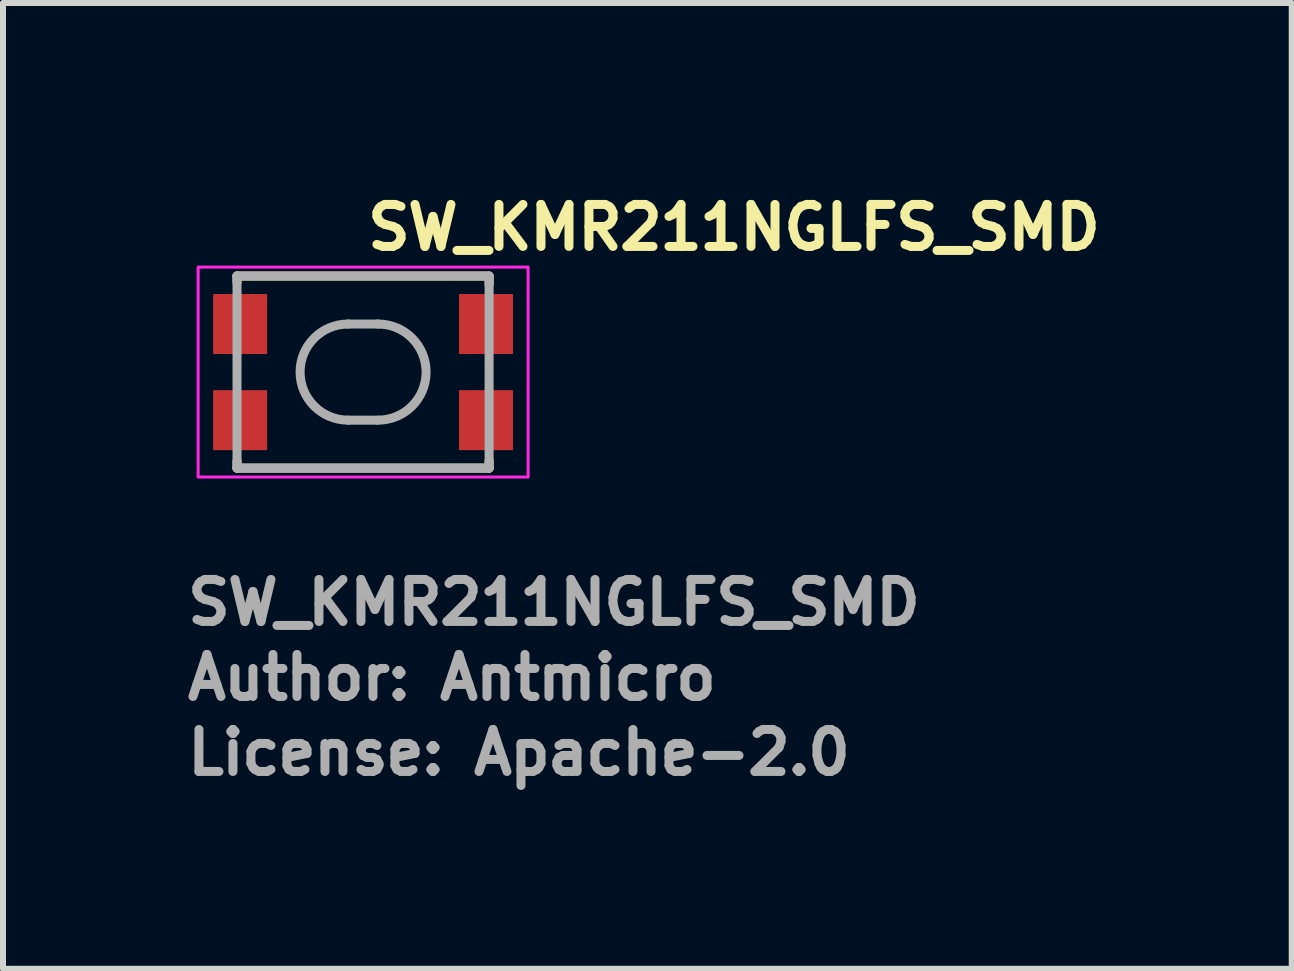
<source format=kicad_pcb>
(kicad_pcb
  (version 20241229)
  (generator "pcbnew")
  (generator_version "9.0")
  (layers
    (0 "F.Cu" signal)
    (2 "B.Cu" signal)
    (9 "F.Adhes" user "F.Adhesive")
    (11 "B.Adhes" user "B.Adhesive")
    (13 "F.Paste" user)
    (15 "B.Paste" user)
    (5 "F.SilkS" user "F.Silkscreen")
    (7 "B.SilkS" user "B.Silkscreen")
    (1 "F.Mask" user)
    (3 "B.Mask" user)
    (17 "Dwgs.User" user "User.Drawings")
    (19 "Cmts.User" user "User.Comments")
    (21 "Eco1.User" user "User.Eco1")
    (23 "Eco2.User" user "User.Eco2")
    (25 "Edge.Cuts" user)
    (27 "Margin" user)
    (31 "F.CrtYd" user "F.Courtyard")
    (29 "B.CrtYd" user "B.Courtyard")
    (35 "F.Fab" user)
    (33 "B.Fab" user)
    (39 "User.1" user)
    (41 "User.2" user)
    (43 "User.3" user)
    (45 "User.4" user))
  (footprint "SW_KMR211NGLFS_SMD"
    (layer "F.Cu")
    (at 3 3.15)
    (property "Reference" "SW_KMR211NGLFS_SMD" (at 0 -2 0) (layer "F.SilkS") (effects (font (size 0.7 0.7) (thickness 0.15)) (justify left bottom)))
    (attr smd)
    (fp_line (start -2.1 -1.6) (end -2.1 -1.499) (stroke (width 0.15) (type solid)) (layer "F.SilkS"))
    (fp_line (start -2.1 1.601) (end -2.1 1.48) (stroke (width 0.15) (type solid)) (layer "F.SilkS"))
    (fp_line (start 2.101 -1.6) (end -2.1 -1.6) (stroke (width 0.15) (type solid)) (layer "F.SilkS"))
    (fp_line (start 2.101 -1.58) (end 2.101 -1.459) (stroke (width 0.15) (type solid)) (layer "F.SilkS"))
    (fp_line (start 2.101 1.601) (end -2.1 1.601) (stroke (width 0.15) (type solid)) (layer "F.SilkS"))
    (fp_line (start 2.101 1.601) (end 2.101 1.48) (stroke (width 0.15) (type solid)) (layer "F.SilkS"))
    (fp_rect (start 2.751 1.75) (end -2.748 -1.749) (stroke (width 0.05) (type solid)) (fill no) (layer "F.CrtYd"))
    (fp_line (start -2.1 -1.6) (end -2.1 1.601) (stroke (width 0.15) (type solid)) (layer "F.Fab"))
    (fp_line (start -2.1 1.601) (end 2.101 1.601) (stroke (width 0.15) (type solid)) (layer "F.Fab"))
    (fp_line (start -0.248 -0.8) (end 0.25 -0.8) (stroke (width 0.15) (type solid)) (layer "F.Fab"))
    (fp_line (start 0.25 0.802) (end -0.248 0.802) (stroke (width 0.15) (type solid)) (layer "F.Fab"))
    (fp_line (start 2.101 -1.6) (end -2.1 -1.6) (stroke (width 0.15) (type solid)) (layer "F.Fab"))
    (fp_line (start 2.101 1.601) (end 2.101 -1.6) (stroke (width 0.15) (type solid)) (layer "F.Fab"))
    (fp_arc (start -0.248 0.802) (mid -1.050001 0.001) (end -0.248 -0.8) (stroke (width 0.15) (type solid)) (layer "F.Fab"))
    (fp_arc (start 0.25 -0.8) (mid 1.051001 0.001) (end 0.25 0.802) (stroke (width 0.15) (type solid)) (layer "F.Fab"))
    (fp_rect (start 2.301 1.5) (end -2.298 -1.499) (stroke (width 0.1) (type solid)) (fill no) (layer "User.5"))
    (fp_line (start -2.298 -1.1) (end -2.14 -1.1) (stroke (width 0.02) (type solid)) (layer "User.9"))
    (fp_line (start -2.298 -0.498) (end -2.298 -1.1) (stroke (width 0.02) (type solid)) (layer "User.9"))
    (fp_line (start -2.298 0.5) (end -2.14 0.5) (stroke (width 0.02) (type solid)) (layer "User.9"))
    (fp_line (start -2.298 1.101) (end -2.298 0.5) (stroke (width 0.02) (type solid)) (layer "User.9"))
    (fp_line (start -2.14 -1.499) (end -2.088 -1.499) (stroke (width 0.02) (type solid)) (layer "User.9"))
    (fp_line (start -2.14 -0.498) (end -2.298 -0.498) (stroke (width 0.02) (type solid)) (layer "User.9"))
    (fp_line (start -2.14 1.101) (end -2.298 1.101) (stroke (width 0.02) (type solid)) (layer "User.9"))
    (fp_line (start -2.14 1.391) (end -2.14 -1.499) (stroke (width 0.02) (type solid)) (layer "User.9"))
    (fp_line (start -2.14 1.391) (end -2.088 1.391) (stroke (width 0.02) (type solid)) (layer "User.9"))
    (fp_line (start -2.1 -0.426) (end -2.1 0.428) (stroke (width 0.02) (type solid)) (layer "User.9"))
    (fp_line (start -2.1 0.428) (end -1.888 0.428) (stroke (width 0.02) (type solid)) (layer "User.9"))
    (fp_line (start -2.088 -1.499) (end -2.088 -0.45) (stroke (width 0.02) (type solid)) (layer "User.9"))
    (fp_line (start -2.088 0.452) (end -2.088 1.391) (stroke (width 0.02) (type solid)) (layer "User.9"))
    (fp_line (start -2.088 0.452) (end -1.888 0.452) (stroke (width 0.02) (type solid)) (layer "User.9"))
    (fp_line (start -2.088 1.391) (end -1.888 1.391) (stroke (width 0.02) (type solid)) (layer "User.9"))
    (fp_line (start -2.084 -0.426) (end -2.084 -0.45) (stroke (width 0.02) (type solid)) (layer "User.9"))
    (fp_line (start -2.084 0.452) (end -2.084 0.428) (stroke (width 0.02) (type solid)) (layer "User.9"))
    (fp_line (start -1.989 -0.426) (end -2.1 -0.426) (stroke (width 0.02) (type solid)) (layer "User.9"))
    (fp_line (start -1.989 -0.426) (end -1.989 -0.45) (stroke (width 0.02) (type solid)) (layer "User.9"))
    (fp_line (start -1.989 0.452) (end -1.989 0.428) (stroke (width 0.02) (type solid)) (layer "User.9"))
    (fp_line (start -1.989 1.5) (end -1.989 1.391) (stroke (width 0.02) (type solid)) (layer "User.9"))
    (fp_line (start -1.888 -1.499) (end -2.088 -1.499) (stroke (width 0.02) (type solid)) (layer "User.9"))
    (fp_line (start -1.888 -1.499) (end 1.891 -1.499) (stroke (width 0.02) (type solid)) (layer "User.9"))
    (fp_line (start -1.888 -0.45) (end -2.088 -0.45) (stroke (width 0.02) (type solid)) (layer "User.9"))
    (fp_line (start -1.888 0.452) (end -1.84 0.452) (stroke (width 0.02) (type solid)) (layer "User.9"))
    (fp_line (start -1.888 1.391) (end -0.689 1.391) (stroke (width 0.02) (type solid)) (layer "User.9"))
    (fp_line (start -1.888 1.5) (end -1.989 1.5) (stroke (width 0.02) (type solid)) (layer "User.9"))
    (fp_line (start -1.84 -0.45) (end -1.888 -0.45) (stroke (width 0.02) (type solid)) (layer "User.9"))
    (fp_line (start -1.84 -0.45) (end -1.838 -0.449) (stroke (width 0.02) (type solid)) (layer "User.9"))
    (fp_line (start -1.838 -0.449) (end -1.836 -0.449) (stroke (width 0.02) (type solid)) (layer "User.9"))
    (fp_line (start -1.838 0.451) (end -1.84 0.452) (stroke (width 0.02) (type solid)) (layer "User.9"))
    (fp_line (start -1.836 -0.449) (end -1.836 -0.449) (stroke (width 0.02) (type solid)) (layer "User.9"))
    (fp_line (start -1.836 -0.449) (end -1.834 -0.449) (stroke (width 0.02) (type solid)) (layer "User.9"))
    (fp_line (start -1.836 0.451) (end -1.838 0.451) (stroke (width 0.02) (type solid)) (layer "User.9"))
    (fp_line (start -1.836 0.451) (end -1.836 0.451) (stroke (width 0.02) (type solid)) (layer "User.9"))
    (fp_line (start -1.834 -0.449) (end -1.832 -0.449) (stroke (width 0.02) (type solid)) (layer "User.9"))
    (fp_line (start -1.834 0.451) (end -1.836 0.451) (stroke (width 0.02) (type solid)) (layer "User.9"))
    (fp_line (start -1.832 -0.449) (end -1.832 -0.448) (stroke (width 0.02) (type solid)) (layer "User.9"))
    (fp_line (start -1.832 -0.448) (end -1.83 -0.448) (stroke (width 0.02) (type solid)) (layer "User.9"))
    (fp_line (start -1.832 0.45) (end -1.832 0.451) (stroke (width 0.02) (type solid)) (layer "User.9"))
    (fp_line (start -1.832 0.451) (end -1.834 0.451) (stroke (width 0.02) (type solid)) (layer "User.9"))
    (fp_line (start -1.83 -0.448) (end -1.83 -0.448) (stroke (width 0.02) (type solid)) (layer "User.9"))
    (fp_line (start -1.83 -0.448) (end -1.828 -0.446) (stroke (width 0.02) (type solid)) (layer "User.9"))
    (fp_line (start -1.83 0.45) (end -1.832 0.45) (stroke (width 0.02) (type solid)) (layer "User.9"))
    (fp_line (start -1.83 0.45) (end -1.83 0.45) (stroke (width 0.02) (type solid)) (layer "User.9"))
    (fp_line (start -1.828 -0.446) (end -1.828 -0.445) (stroke (width 0.02) (type solid)) (layer "User.9"))
    (fp_line (start -1.828 -0.445) (end -1.826 -0.445) (stroke (width 0.02) (type solid)) (layer "User.9"))
    (fp_line (start -1.828 0.447) (end -1.828 0.448) (stroke (width 0.02) (type solid)) (layer "User.9"))
    (fp_line (start -1.828 0.448) (end -1.83 0.45) (stroke (width 0.02) (type solid)) (layer "User.9"))
    (fp_line (start -1.826 -0.445) (end -1.826 -0.444) (stroke (width 0.02) (type solid)) (layer "User.9"))
    (fp_line (start -1.826 -0.444) (end -1.824 -0.444) (stroke (width 0.02) (type solid)) (layer "User.9"))
    (fp_line (start -1.826 0.446) (end -1.826 0.447) (stroke (width 0.02) (type solid)) (layer "User.9"))
    (fp_line (start -1.826 0.447) (end -1.828 0.447) (stroke (width 0.02) (type solid)) (layer "User.9"))
    (fp_line (start -1.824 -0.444) (end -1.824 -0.443) (stroke (width 0.02) (type solid)) (layer "User.9"))
    (fp_line (start -1.824 -0.443) (end -1.822 -0.442) (stroke (width 0.02) (type solid)) (layer "User.9"))
    (fp_line (start -1.824 0.445) (end -1.824 0.446) (stroke (width 0.02) (type solid)) (layer "User.9"))
    (fp_line (start -1.824 0.446) (end -1.826 0.446) (stroke (width 0.02) (type solid)) (layer "User.9"))
    (fp_line (start -1.822 -0.442) (end -1.822 -0.441) (stroke (width 0.02) (type solid)) (layer "User.9"))
    (fp_line (start -1.822 -0.441) (end -1.82 -0.44) (stroke (width 0.02) (type solid)) (layer "User.9"))
    (fp_line (start -1.822 0.443) (end -1.822 0.444) (stroke (width 0.02) (type solid)) (layer "User.9"))
    (fp_line (start -1.822 0.444) (end -1.824 0.445) (stroke (width 0.02) (type solid)) (layer "User.9"))
    (fp_line (start -1.82 -0.44) (end -1.82 -0.439) (stroke (width 0.02) (type solid)) (layer "User.9"))
    (fp_line (start -1.82 -0.439) (end -1.818 -0.438) (stroke (width 0.02) (type solid)) (layer "User.9"))
    (fp_line (start -1.82 0.441) (end -1.82 0.442) (stroke (width 0.02) (type solid)) (layer "User.9"))
    (fp_line (start -1.82 0.442) (end -1.822 0.443) (stroke (width 0.02) (type solid)) (layer "User.9"))
    (fp_line (start -1.818 -0.438) (end -1.818 -0.437) (stroke (width 0.02) (type solid)) (layer "User.9"))
    (fp_line (start -1.818 -0.437) (end -1.818 -0.436) (stroke (width 0.02) (type solid)) (layer "User.9"))
    (fp_line (start -1.818 -0.436) (end -1.818 -0.435) (stroke (width 0.02) (type solid)) (layer "User.9"))
    (fp_line (start -1.818 -0.435) (end -1.816 -0.434) (stroke (width 0.02) (type solid)) (layer "User.9"))
    (fp_line (start -1.818 0.437) (end -1.818 0.438) (stroke (width 0.02) (type solid)) (layer "User.9"))
    (fp_line (start -1.818 0.438) (end -1.818 0.439) (stroke (width 0.02) (type solid)) (layer "User.9"))
    (fp_line (start -1.818 0.439) (end -1.818 0.44) (stroke (width 0.02) (type solid)) (layer "User.9"))
    (fp_line (start -1.818 0.44) (end -1.82 0.441) (stroke (width 0.02) (type solid)) (layer "User.9"))
    (fp_line (start -1.816 -0.434) (end -1.816 -0.433) (stroke (width 0.02) (type solid)) (layer "User.9"))
    (fp_line (start -1.816 -0.433) (end -1.816 -0.432) (stroke (width 0.02) (type solid)) (layer "User.9"))
    (fp_line (start -1.816 -0.432) (end -1.816 -0.431) (stroke (width 0.02) (type solid)) (layer "User.9"))
    (fp_line (start -1.816 -0.431) (end -1.814 -0.43) (stroke (width 0.02) (type solid)) (layer "User.9"))
    (fp_line (start -1.816 0.433) (end -1.816 0.434) (stroke (width 0.02) (type solid)) (layer "User.9"))
    (fp_line (start -1.816 0.434) (end -1.816 0.435) (stroke (width 0.02) (type solid)) (layer "User.9"))
    (fp_line (start -1.816 0.435) (end -1.816 0.436) (stroke (width 0.02) (type solid)) (layer "User.9"))
    (fp_line (start -1.816 0.436) (end -1.818 0.437) (stroke (width 0.02) (type solid)) (layer "User.9"))
    (fp_line (start -1.814 -0.43) (end -1.814 -0.429) (stroke (width 0.02) (type solid)) (layer "User.9"))
    (fp_line (start -1.814 -0.429) (end -1.814 -0.427) (stroke (width 0.02) (type solid)) (layer "User.9"))
    (fp_line (start -1.814 -0.427) (end -1.814 -0.426) (stroke (width 0.02) (type solid)) (layer "User.9"))
    (fp_line (start -1.814 -0.426) (end -1.814 -0.425) (stroke (width 0.02) (type solid)) (layer "User.9"))
    (fp_line (start -1.814 -0.425) (end -1.814 -0.423) (stroke (width 0.02) (type solid)) (layer "User.9"))
    (fp_line (start -1.814 -0.423) (end -1.814 0.425) (stroke (width 0.02) (type solid)) (layer "User.9"))
    (fp_line (start -1.814 0.425) (end -1.814 0.427) (stroke (width 0.02) (type solid)) (layer "User.9"))
    (fp_line (start -1.814 0.427) (end -1.814 0.428) (stroke (width 0.02) (type solid)) (layer "User.9"))
    (fp_line (start -1.814 0.428) (end -1.814 0.429) (stroke (width 0.02) (type solid)) (layer "User.9"))
    (fp_line (start -1.814 0.429) (end -1.814 0.431) (stroke (width 0.02) (type solid)) (layer "User.9"))
    (fp_line (start -1.814 0.431) (end -1.814 0.432) (stroke (width 0.02) (type solid)) (layer "User.9"))
    (fp_line (start -1.814 0.432) (end -1.816 0.433) (stroke (width 0.02) (type solid)) (layer "User.9"))
    (fp_line (start -1.328 -1.499) (end -1.888 -1.499) (stroke (width 0.02) (type solid)) (layer "User.9"))
    (fp_line (start -1.328 -1.499) (end -1.322 -1.499) (stroke (width 0.02) (type solid)) (layer "User.9"))
    (fp_line (start -1.322 -1.499) (end -1.314 -1.499) (stroke (width 0.02) (type solid)) (layer "User.9"))
    (fp_line (start -1.314 -1.499) (end -1.308 -1.497) (stroke (width 0.02) (type solid)) (layer "User.9"))
    (fp_line (start -1.308 -1.497) (end -1.302 -1.495) (stroke (width 0.02) (type solid)) (layer "User.9"))
    (fp_line (start -1.302 -1.495) (end -1.296 -1.493) (stroke (width 0.02) (type solid)) (layer "User.9"))
    (fp_line (start -1.296 -1.493) (end -1.29 -1.491) (stroke (width 0.02) (type solid)) (layer "User.9"))
    (fp_line (start -1.29 -1.491) (end -1.284 -1.489) (stroke (width 0.02) (type solid)) (layer "User.9"))
    (fp_line (start -1.284 -1.489) (end -1.277 -1.485) (stroke (width 0.02) (type solid)) (layer "User.9"))
    (fp_line (start -1.277 -1.485) (end -1.273 -1.483) (stroke (width 0.02) (type solid)) (layer "User.9"))
    (fp_line (start -1.273 -1.483) (end -1.267 -1.479) (stroke (width 0.02) (type solid)) (layer "User.9"))
    (fp_line (start -1.267 -1.479) (end -1.263 -1.475) (stroke (width 0.02) (type solid)) (layer "User.9"))
    (fp_line (start -1.263 -1.475) (end -1.257 -1.469) (stroke (width 0.02) (type solid)) (layer "User.9"))
    (fp_line (start -1.257 -1.469) (end -1.253 -1.465) (stroke (width 0.02) (type solid)) (layer "User.9"))
    (fp_line (start -1.253 -1.465) (end -1.249 -1.461) (stroke (width 0.02) (type solid)) (layer "User.9"))
    (fp_line (start -1.249 -1.461) (end -1.245 -1.455) (stroke (width 0.02) (type solid)) (layer "User.9"))
    (fp_line (start -1.245 -1.455) (end -1.241 -1.449) (stroke (width 0.02) (type solid)) (layer "User.9"))
    (fp_line (start -1.199 -1.376) (end -1.241 -1.449) (stroke (width 0.02) (type solid)) (layer "User.9"))
    (fp_line (start -1.195 -1.37) (end -1.199 -1.376) (stroke (width 0.02) (type solid)) (layer "User.9"))
    (fp_line (start -1.191 -1.364) (end -1.195 -1.37) (stroke (width 0.02) (type solid)) (layer "User.9"))
    (fp_line (start -1.187 -1.36) (end -1.191 -1.364) (stroke (width 0.02) (type solid)) (layer "User.9"))
    (fp_line (start -1.183 -1.354) (end -1.187 -1.36) (stroke (width 0.02) (type solid)) (layer "User.9"))
    (fp_line (start -1.179 -1.35) (end -1.183 -1.354) (stroke (width 0.02) (type solid)) (layer "User.9"))
    (fp_line (start -1.173 -1.346) (end -1.179 -1.35) (stroke (width 0.02) (type solid)) (layer "User.9"))
    (fp_line (start -1.167 -1.342) (end -1.173 -1.346) (stroke (width 0.02) (type solid)) (layer "User.9"))
    (fp_line (start -1.163 -1.34) (end -1.167 -1.342) (stroke (width 0.02) (type solid)) (layer "User.9"))
    (fp_line (start -1.159 -0.538) (end -1.157 -0.552) (stroke (width 0.02) (type solid)) (layer "User.9"))
    (fp_line (start -1.159 -0.523) (end -1.159 -0.538) (stroke (width 0.02) (type solid)) (layer "User.9"))
    (fp_line (start -1.159 0.525) (end -1.159 -0.523) (stroke (width 0.02) (type solid)) (layer "User.9"))
    (fp_line (start -1.159 0.54) (end -1.159 0.525) (stroke (width 0.02) (type solid)) (layer "User.9"))
    (fp_line (start -1.157 -1.336) (end -1.163 -1.34) (stroke (width 0.02) (type solid)) (layer "User.9"))
    (fp_line (start -1.157 -0.552) (end -1.155 -0.566) (stroke (width 0.02) (type solid)) (layer "User.9"))
    (fp_line (start -1.157 0.554) (end -1.159 0.54) (stroke (width 0.02) (type solid)) (layer "User.9"))
    (fp_line (start -1.155 -0.566) (end -1.153 -0.579) (stroke (width 0.02) (type solid)) (layer "User.9"))
    (fp_line (start -1.155 0.568) (end -1.157 0.554) (stroke (width 0.02) (type solid)) (layer "User.9"))
    (fp_line (start -1.153 -0.579) (end -1.15 -0.593) (stroke (width 0.02) (type solid)) (layer "User.9"))
    (fp_line (start -1.153 0.581) (end -1.155 0.568) (stroke (width 0.02) (type solid)) (layer "User.9"))
    (fp_line (start -1.15 -1.334) (end -1.157 -1.336) (stroke (width 0.02) (type solid)) (layer "User.9"))
    (fp_line (start -1.15 -0.593) (end -1.148 -0.606) (stroke (width 0.02) (type solid)) (layer "User.9"))
    (fp_line (start -1.15 0.595) (end -1.153 0.581) (stroke (width 0.02) (type solid)) (layer "User.9"))
    (fp_line (start -1.148 -0.606) (end -1.142 -0.62) (stroke (width 0.02) (type solid)) (layer "User.9"))
    (fp_line (start -1.148 0.608) (end -1.15 0.595) (stroke (width 0.02) (type solid)) (layer "User.9"))
    (fp_line (start -1.144 -1.332) (end -1.15 -1.334) (stroke (width 0.02) (type solid)) (layer "User.9"))
    (fp_line (start -1.142 -0.62) (end -1.138 -0.633) (stroke (width 0.02) (type solid)) (layer "User.9"))
    (fp_line (start -1.142 0.622) (end -1.148 0.608) (stroke (width 0.02) (type solid)) (layer "User.9"))
    (fp_line (start -1.138 -1.33) (end -1.144 -1.332) (stroke (width 0.02) (type solid)) (layer "User.9"))
    (fp_line (start -1.138 -0.633) (end -1.132 -0.646) (stroke (width 0.02) (type solid)) (layer "User.9"))
    (fp_line (start -1.138 0.635) (end -1.142 0.622) (stroke (width 0.02) (type solid)) (layer "User.9"))
    (fp_line (start -1.132 -1.328) (end -1.138 -1.33) (stroke (width 0.02) (type solid)) (layer "User.9"))
    (fp_line (start -1.132 -0.646) (end -1.126 -0.659) (stroke (width 0.02) (type solid)) (layer "User.9"))
    (fp_line (start -1.132 0.648) (end -1.138 0.635) (stroke (width 0.02) (type solid)) (layer "User.9"))
    (fp_line (start -1.126 -1.326) (end -1.132 -1.328) (stroke (width 0.02) (type solid)) (layer "User.9"))
    (fp_line (start -1.126 -0.659) (end -1.12 -0.671) (stroke (width 0.02) (type solid)) (layer "User.9"))
    (fp_line (start -1.126 0.661) (end -1.132 0.648) (stroke (width 0.02) (type solid)) (layer "User.9"))
    (fp_line (start -1.12 -1.326) (end -1.126 -1.326) (stroke (width 0.02) (type solid)) (layer "User.9"))
    (fp_line (start -1.12 -0.671) (end -1.114 -0.683) (stroke (width 0.02) (type solid)) (layer "User.9"))
    (fp_line (start -1.12 0.673) (end -1.126 0.661) (stroke (width 0.02) (type solid)) (layer "User.9"))
    (fp_line (start -1.114 -0.683) (end -1.106 -0.694) (stroke (width 0.02) (type solid)) (layer "User.9"))
    (fp_line (start -1.114 0.685) (end -1.12 0.673) (stroke (width 0.02) (type solid)) (layer "User.9"))
    (fp_line (start -1.112 -1.326) (end -1.12 -1.326) (stroke (width 0.02) (type solid)) (layer "User.9"))
    (fp_line (start -1.108 -0.539) (end -1.106 -0.55) (stroke (width 0.02) (type solid)) (layer "User.9"))
    (fp_line (start -1.108 -0.527) (end -1.108 -0.539) (stroke (width 0.02) (type solid)) (layer "User.9"))
    (fp_line (start -1.108 -0.515) (end -1.108 -0.527) (stroke (width 0.02) (type solid)) (layer "User.9"))
    (fp_line (start -1.108 0.534) (end -1.108 -0.515) (stroke (width 0.02) (type solid)) (layer "User.9"))
    (fp_line (start -1.108 0.546) (end -1.108 0.534) (stroke (width 0.02) (type solid)) (layer "User.9"))
    (fp_line (start -1.108 0.558) (end -1.108 0.546) (stroke (width 0.02) (type solid)) (layer "User.9"))
    (fp_line (start -1.106 -0.694) (end -1.098 -0.704) (stroke (width 0.02) (type solid)) (layer "User.9"))
    (fp_line (start -1.106 -0.55) (end -1.104 -0.562) (stroke (width 0.02) (type solid)) (layer "User.9"))
    (fp_line (start -1.106 0.57) (end -1.108 0.558) (stroke (width 0.02) (type solid)) (layer "User.9"))
    (fp_line (start -1.106 0.696) (end -1.114 0.685) (stroke (width 0.02) (type solid)) (layer "User.9"))
    (fp_line (start -1.104 -0.562) (end -1.102 -0.573) (stroke (width 0.02) (type solid)) (layer "User.9"))
    (fp_line (start -1.104 0.58) (end -1.106 0.57) (stroke (width 0.02) (type solid)) (layer "User.9"))
    (fp_line (start -1.102 -0.573) (end -1.098 -0.584) (stroke (width 0.02) (type solid)) (layer "User.9"))
    (fp_line (start -1.102 0.592) (end -1.104 0.58) (stroke (width 0.02) (type solid)) (layer "User.9"))
    (fp_line (start -1.098 -0.704) (end -1.09 -0.715) (stroke (width 0.02) (type solid)) (layer "User.9"))
    (fp_line (start -1.098 -0.584) (end -1.094 -0.595) (stroke (width 0.02) (type solid)) (layer "User.9"))
    (fp_line (start -1.098 0.603) (end -1.102 0.592) (stroke (width 0.02) (type solid)) (layer "User.9"))
    (fp_line (start -1.098 0.706) (end -1.106 0.696) (stroke (width 0.02) (type solid)) (layer "User.9"))
    (fp_line (start -1.094 -0.595) (end -1.09 -0.606) (stroke (width 0.02) (type solid)) (layer "User.9"))
    (fp_line (start -1.094 0.614) (end -1.098 0.603) (stroke (width 0.02) (type solid)) (layer "User.9"))
    (fp_line (start -1.09 -0.715) (end -1.08 -0.725) (stroke (width 0.02) (type solid)) (layer "User.9"))
    (fp_line (start -1.09 -0.606) (end -1.086 -0.616) (stroke (width 0.02) (type solid)) (layer "User.9"))
    (fp_line (start -1.09 0.625) (end -1.094 0.614) (stroke (width 0.02) (type solid)) (layer "User.9"))
    (fp_line (start -1.09 0.717) (end -1.098 0.706) (stroke (width 0.02) (type solid)) (layer "User.9"))
    (fp_line (start -1.086 -0.616) (end -1.082 -0.627) (stroke (width 0.02) (type solid)) (layer "User.9"))
    (fp_line (start -1.086 0.636) (end -1.09 0.625) (stroke (width 0.02) (type solid)) (layer "User.9"))
    (fp_line (start -1.082 -0.627) (end -1.076 -0.637) (stroke (width 0.02) (type solid)) (layer "User.9"))
    (fp_line (start -1.082 0.647) (end -1.086 0.636) (stroke (width 0.02) (type solid)) (layer "User.9"))
    (fp_line (start -1.08 -0.725) (end -1.07 -0.735) (stroke (width 0.02) (type solid)) (layer "User.9"))
    (fp_line (start -1.08 0.727) (end -1.09 0.717) (stroke (width 0.02) (type solid)) (layer "User.9"))
    (fp_line (start -1.076 -0.637) (end -1.07 -0.647) (stroke (width 0.02) (type solid)) (layer "User.9"))
    (fp_line (start -1.076 0.657) (end -1.082 0.647) (stroke (width 0.02) (type solid)) (layer "User.9"))
    (fp_line (start -1.07 -0.735) (end -1.06 -0.744) (stroke (width 0.02) (type solid)) (layer "User.9"))
    (fp_line (start -1.07 -0.647) (end -1.064 -0.657) (stroke (width 0.02) (type solid)) (layer "User.9"))
    (fp_line (start -1.07 0.667) (end -1.076 0.657) (stroke (width 0.02) (type solid)) (layer "User.9"))
    (fp_line (start -1.07 0.737) (end -1.08 0.727) (stroke (width 0.02) (type solid)) (layer "User.9"))
    (fp_line (start -1.064 -0.657) (end -1.058 -0.666) (stroke (width 0.02) (type solid)) (layer "User.9"))
    (fp_line (start -1.064 0.676) (end -1.07 0.667) (stroke (width 0.02) (type solid)) (layer "User.9"))
    (fp_line (start -1.06 -0.744) (end -1.05 -0.753) (stroke (width 0.02) (type solid)) (layer "User.9"))
    (fp_line (start -1.06 0.746) (end -1.07 0.737) (stroke (width 0.02) (type solid)) (layer "User.9"))
    (fp_line (start -1.058 -0.666) (end -1.05 -0.675) (stroke (width 0.02) (type solid)) (layer "User.9"))
    (fp_line (start -1.058 0.686) (end -1.064 0.676) (stroke (width 0.02) (type solid)) (layer "User.9"))
    (fp_line (start -1.05 -0.753) (end -1.04 -0.762) (stroke (width 0.02) (type solid)) (layer "User.9"))
    (fp_line (start -1.05 -0.675) (end -1.042 -0.683) (stroke (width 0.02) (type solid)) (layer "User.9"))
    (fp_line (start -1.05 0.694) (end -1.058 0.686) (stroke (width 0.02) (type solid)) (layer "User.9"))
    (fp_line (start -1.05 0.755) (end -1.06 0.746) (stroke (width 0.02) (type solid)) (layer "User.9"))
    (fp_line (start -1.042 -0.683) (end -1.034 -0.692) (stroke (width 0.02) (type solid)) (layer "User.9"))
    (fp_line (start -1.042 0.703) (end -1.05 0.694) (stroke (width 0.02) (type solid)) (layer "User.9"))
    (fp_line (start -1.04 -0.762) (end -1.028 -0.771) (stroke (width 0.02) (type solid)) (layer "User.9"))
    (fp_line (start -1.04 0.764) (end -1.05 0.755) (stroke (width 0.02) (type solid)) (layer "User.9"))
    (fp_line (start -1.034 -0.692) (end -1.026 -0.7) (stroke (width 0.02) (type solid)) (layer "User.9"))
    (fp_line (start -1.034 0.71) (end -1.042 0.703) (stroke (width 0.02) (type solid)) (layer "User.9"))
    (fp_line (start -1.028 -0.771) (end -1.017 -0.778) (stroke (width 0.02) (type solid)) (layer "User.9"))
    (fp_line (start -1.028 0.773) (end -1.04 0.764) (stroke (width 0.02) (type solid)) (layer "User.9"))
    (fp_line (start -1.026 -0.7) (end -1.017 -0.706) (stroke (width 0.02) (type solid)) (layer "User.9"))
    (fp_line (start -1.026 0.718) (end -1.034 0.71) (stroke (width 0.02) (type solid)) (layer "User.9"))
    (fp_line (start -1.017 -0.778) (end -1.005 -0.785) (stroke (width 0.02) (type solid)) (layer "User.9"))
    (fp_line (start -1.017 -0.706) (end -1.009 -0.713) (stroke (width 0.02) (type solid)) (layer "User.9"))
    (fp_line (start -1.017 0.725) (end -1.026 0.718) (stroke (width 0.02) (type solid)) (layer "User.9"))
    (fp_line (start -1.017 0.78) (end -1.028 0.773) (stroke (width 0.02) (type solid)) (layer "User.9"))
    (fp_line (start -1.009 -0.713) (end -0.999 -0.72) (stroke (width 0.02) (type solid)) (layer "User.9"))
    (fp_line (start -1.009 0.732) (end -1.017 0.725) (stroke (width 0.02) (type solid)) (layer "User.9"))
    (fp_line (start -1.005 -0.785) (end -0.993 -0.792) (stroke (width 0.02) (type solid)) (layer "User.9"))
    (fp_line (start -1.005 0.787) (end -1.017 0.78) (stroke (width 0.02) (type solid)) (layer "User.9"))
    (fp_line (start -0.999 -0.72) (end -0.99 -0.726) (stroke (width 0.02) (type solid)) (layer "User.9"))
    (fp_line (start -0.999 0.739) (end -1.009 0.732) (stroke (width 0.02) (type solid)) (layer "User.9"))
    (fp_line (start -0.993 -0.792) (end -0.98 -0.798) (stroke (width 0.02) (type solid)) (layer "User.9"))
    (fp_line (start -0.993 0.794) (end -1.005 0.787) (stroke (width 0.02) (type solid)) (layer "User.9"))
    (fp_line (start -0.99 -0.726) (end -0.98 -0.732) (stroke (width 0.02) (type solid)) (layer "User.9"))
    (fp_line (start -0.99 0.745) (end -0.999 0.739) (stroke (width 0.02) (type solid)) (layer "User.9"))
    (fp_line (start -0.98 -0.798) (end -0.967 -0.803) (stroke (width 0.02) (type solid)) (layer "User.9"))
    (fp_line (start -0.98 -0.732) (end -0.97 -0.737) (stroke (width 0.02) (type solid)) (layer "User.9"))
    (fp_line (start -0.98 0.751) (end -0.99 0.745) (stroke (width 0.02) (type solid)) (layer "User.9"))
    (fp_line (start -0.98 0.8) (end -0.993 0.794) (stroke (width 0.02) (type solid)) (layer "User.9"))
    (fp_line (start -0.97 -0.737) (end -0.959 -0.742) (stroke (width 0.02) (type solid)) (layer "User.9"))
    (fp_line (start -0.97 0.757) (end -0.98 0.751) (stroke (width 0.02) (type solid)) (layer "User.9"))
    (fp_line (start -0.967 -0.803) (end -0.955 -0.808) (stroke (width 0.02) (type solid)) (layer "User.9"))
    (fp_line (start -0.967 0.805) (end -0.98 0.8) (stroke (width 0.02) (type solid)) (layer "User.9"))
    (fp_line (start -0.959 -0.742) (end -0.95 -0.747) (stroke (width 0.02) (type solid)) (layer "User.9"))
    (fp_line (start -0.959 0.762) (end -0.97 0.757) (stroke (width 0.02) (type solid)) (layer "User.9"))
    (fp_line (start -0.955 -0.808) (end -0.942 -0.812) (stroke (width 0.02) (type solid)) (layer "User.9"))
    (fp_line (start -0.955 0.81) (end -0.967 0.805) (stroke (width 0.02) (type solid)) (layer "User.9"))
    (fp_line (start -0.95 -0.747) (end -0.939 -0.751) (stroke (width 0.02) (type solid)) (layer "User.9"))
    (fp_line (start -0.95 0.766) (end -0.959 0.762) (stroke (width 0.02) (type solid)) (layer "User.9"))
    (fp_line (start -0.942 -0.812) (end -0.928 -0.815) (stroke (width 0.02) (type solid)) (layer "User.9"))
    (fp_line (start -0.942 0.814) (end -0.955 0.81) (stroke (width 0.02) (type solid)) (layer "User.9"))
    (fp_line (start -0.939 -0.751) (end -0.927 -0.754) (stroke (width 0.02) (type solid)) (layer "User.9"))
    (fp_line (start -0.939 0.771) (end -0.95 0.766) (stroke (width 0.02) (type solid)) (layer "User.9"))
    (fp_line (start -0.928 -0.815) (end -0.914 -0.818) (stroke (width 0.02) (type solid)) (layer "User.9"))
    (fp_line (start -0.928 0.817) (end -0.942 0.814) (stroke (width 0.02) (type solid)) (layer "User.9"))
    (fp_line (start -0.927 -0.754) (end -0.916 -0.757) (stroke (width 0.02) (type solid)) (layer "User.9"))
    (fp_line (start -0.927 0.774) (end -0.939 0.771) (stroke (width 0.02) (type solid)) (layer "User.9"))
    (fp_line (start -0.916 -0.757) (end -0.904 -0.759) (stroke (width 0.02) (type solid)) (layer "User.9"))
    (fp_line (start -0.916 0.777) (end -0.927 0.774) (stroke (width 0.02) (type solid)) (layer "User.9"))
    (fp_line (start -0.914 -0.818) (end -0.9 -0.821) (stroke (width 0.02) (type solid)) (layer "User.9"))
    (fp_line (start -0.914 0.82) (end -0.928 0.817) (stroke (width 0.02) (type solid)) (layer "User.9"))
    (fp_line (start -0.904 -0.759) (end -0.892 -0.761) (stroke (width 0.02) (type solid)) (layer "User.9"))
    (fp_line (start -0.904 0.78) (end -0.916 0.777) (stroke (width 0.02) (type solid)) (layer "User.9"))
    (fp_line (start -0.9 -0.821) (end -0.885 -0.822) (stroke (width 0.02) (type solid)) (layer "User.9"))
    (fp_line (start -0.9 0.823) (end -0.914 0.82) (stroke (width 0.02) (type solid)) (layer "User.9"))
    (fp_line (start -0.892 -0.761) (end -0.88 -0.763) (stroke (width 0.02) (type solid)) (layer "User.9"))
    (fp_line (start -0.892 0.782) (end -0.904 0.78) (stroke (width 0.02) (type solid)) (layer "User.9"))
    (fp_line (start -0.885 -0.822) (end -0.026 -0.897) (stroke (width 0.02) (type solid)) (layer "User.9"))
    (fp_line (start -0.885 0.824) (end -0.9 0.823) (stroke (width 0.02) (type solid)) (layer "User.9"))
    (fp_line (start -0.88 -0.763) (end -0.021 -0.838) (stroke (width 0.02) (type solid)) (layer "User.9"))
    (fp_line (start -0.88 0.783) (end -0.892 0.782) (stroke (width 0.02) (type solid)) (layer "User.9"))
    (fp_line (start -0.699 1.5) (end -1.888 1.5) (stroke (width 0.02) (type solid)) (layer "User.9"))
    (fp_line (start -0.699 1.5) (end -0.699 1.391) (stroke (width 0.02) (type solid)) (layer "User.9"))
    (fp_line (start -0.689 1.303) (end -0.689 1.307) (stroke (width 0.02) (type solid)) (layer "User.9"))
    (fp_line (start -0.689 1.307) (end -0.689 1.311) (stroke (width 0.02) (type solid)) (layer "User.9"))
    (fp_line (start -0.689 1.311) (end -0.689 1.315) (stroke (width 0.02) (type solid)) (layer "User.9"))
    (fp_line (start -0.689 1.315) (end -0.689 1.391) (stroke (width 0.02) (type solid)) (layer "User.9"))
    (fp_line (start -0.688 1.297) (end -0.689 1.303) (stroke (width 0.02) (type solid)) (layer "User.9"))
    (fp_line (start -0.687 1.293) (end -0.688 1.297) (stroke (width 0.02) (type solid)) (layer "User.9"))
    (fp_line (start -0.686 1.289) (end -0.687 1.293) (stroke (width 0.02) (type solid)) (layer "User.9"))
    (fp_line (start -0.684 1.285) (end -0.686 1.289) (stroke (width 0.02) (type solid)) (layer "User.9"))
    (fp_line (start -0.683 1.28) (end -0.684 1.285) (stroke (width 0.02) (type solid)) (layer "User.9"))
    (fp_line (start -0.681 1.276) (end -0.683 1.28) (stroke (width 0.02) (type solid)) (layer "User.9"))
    (fp_line (start -0.679 1.272) (end -0.681 1.276) (stroke (width 0.02) (type solid)) (layer "User.9"))
    (fp_line (start -0.677 1.268) (end -0.679 1.272) (stroke (width 0.02) (type solid)) (layer "User.9"))
    (fp_line (start -0.675 1.264) (end -0.677 1.268) (stroke (width 0.02) (type solid)) (layer "User.9"))
    (fp_line (start -0.673 1.26) (end -0.675 1.264) (stroke (width 0.02) (type solid)) (layer "User.9"))
    (fp_line (start -0.67 1.256) (end -0.673 1.26) (stroke (width 0.02) (type solid)) (layer "User.9"))
    (fp_line (start -0.667 1.254) (end -0.67 1.256) (stroke (width 0.02) (type solid)) (layer "User.9"))
    (fp_line (start -0.665 1.25) (end -0.667 1.254) (stroke (width 0.02) (type solid)) (layer "User.9"))
    (fp_line (start -0.662 1.246) (end -0.665 1.25) (stroke (width 0.02) (type solid)) (layer "User.9"))
    (fp_line (start -0.658 1.244) (end -0.662 1.246) (stroke (width 0.02) (type solid)) (layer "User.9"))
    (fp_line (start -0.655 1.24) (end -0.658 1.244) (stroke (width 0.02) (type solid)) (layer "User.9"))
    (fp_line (start -0.652 1.238) (end -0.655 1.24) (stroke (width 0.02) (type solid)) (layer "User.9"))
    (fp_line (start -0.648 1.236) (end -0.652 1.238) (stroke (width 0.02) (type solid)) (layer "User.9"))
    (fp_line (start -0.645 1.232) (end -0.648 1.236) (stroke (width 0.02) (type solid)) (layer "User.9"))
    (fp_line (start -0.641 1.23) (end -0.645 1.232) (stroke (width 0.02) (type solid)) (layer "User.9"))
    (fp_line (start -0.636 1.228) (end -0.641 1.23) (stroke (width 0.02) (type solid)) (layer "User.9"))
    (fp_line (start -0.632 1.226) (end -0.636 1.228) (stroke (width 0.02) (type solid)) (layer "User.9"))
    (fp_line (start -0.628 1.224) (end -0.632 1.226) (stroke (width 0.02) (type solid)) (layer "User.9"))
    (fp_line (start -0.624 1.222) (end -0.628 1.224) (stroke (width 0.02) (type solid)) (layer "User.9"))
    (fp_line (start -0.619 1.22) (end -0.624 1.222) (stroke (width 0.02) (type solid)) (layer "User.9"))
    (fp_line (start -0.615 1.22) (end -0.619 1.22) (stroke (width 0.02) (type solid)) (layer "User.9"))
    (fp_line (start -0.61 1.218) (end -0.615 1.22) (stroke (width 0.02) (type solid)) (layer "User.9"))
    (fp_line (start -0.606 1.218) (end -0.61 1.218) (stroke (width 0.02) (type solid)) (layer "User.9"))
    (fp_line (start -0.601 1.216) (end -0.606 1.218) (stroke (width 0.02) (type solid)) (layer "User.9"))
    (fp_line (start -0.601 1.216) (end -0.601 1.216) (stroke (width 0.02) (type solid)) (layer "User.9"))
    (fp_line (start -0.596 1.216) (end -0.601 1.216) (stroke (width 0.02) (type solid)) (layer "User.9"))
    (fp_line (start -0.592 1.216) (end -0.596 1.216) (stroke (width 0.02) (type solid)) (layer "User.9"))
    (fp_line (start -0.587 1.216) (end -0.592 1.216) (stroke (width 0.02) (type solid)) (layer "User.9"))
    (fp_line (start -0.583 1.216) (end -0.587 1.216) (stroke (width 0.02) (type solid)) (layer "User.9"))
    (fp_line (start -0.578 1.216) (end -0.583 1.216) (stroke (width 0.02) (type solid)) (layer "User.9"))
    (fp_line (start -0.575 1.218) (end -0.578 1.216) (stroke (width 0.02) (type solid)) (layer "User.9"))
    (fp_line (start -0.57 1.218) (end -0.575 1.218) (stroke (width 0.02) (type solid)) (layer "User.9"))
    (fp_line (start -0.566 1.218) (end -0.57 1.218) (stroke (width 0.02) (type solid)) (layer "User.9"))
    (fp_line (start -0.561 1.22) (end -0.566 1.218) (stroke (width 0.02) (type solid)) (layer "User.9"))
    (fp_line (start -0.557 1.222) (end -0.561 1.22) (stroke (width 0.02) (type solid)) (layer "User.9"))
    (fp_line (start -0.553 1.222) (end -0.557 1.222) (stroke (width 0.02) (type solid)) (layer "User.9"))
    (fp_line (start -0.549 1.224) (end -0.553 1.222) (stroke (width 0.02) (type solid)) (layer "User.9"))
    (fp_line (start -0.545 1.226) (end -0.549 1.224) (stroke (width 0.02) (type solid)) (layer "User.9"))
    (fp_line (start -0.541 1.228) (end -0.545 1.226) (stroke (width 0.02) (type solid)) (layer "User.9"))
    (fp_line (start -0.537 1.23) (end -0.541 1.228) (stroke (width 0.02) (type solid)) (layer "User.9"))
    (fp_line (start -0.533 1.234) (end -0.537 1.23) (stroke (width 0.02) (type solid)) (layer "User.9"))
    (fp_line (start -0.53 1.236) (end -0.533 1.234) (stroke (width 0.02) (type solid)) (layer "User.9"))
    (fp_line (start -0.526 1.238) (end -0.53 1.236) (stroke (width 0.02) (type solid)) (layer "User.9"))
    (fp_line (start -0.523 1.242) (end -0.526 1.238) (stroke (width 0.02) (type solid)) (layer "User.9"))
    (fp_line (start -0.52 1.244) (end -0.523 1.242) (stroke (width 0.02) (type solid)) (layer "User.9"))
    (fp_line (start -0.517 1.248) (end -0.52 1.244) (stroke (width 0.02) (type solid)) (layer "User.9"))
    (fp_line (start -0.514 1.25) (end -0.517 1.248) (stroke (width 0.02) (type solid)) (layer "User.9"))
    (fp_line (start -0.51 1.254) (end -0.514 1.25) (stroke (width 0.02) (type solid)) (layer "User.9"))
    (fp_line (start -0.507 1.258) (end -0.51 1.254) (stroke (width 0.02) (type solid)) (layer "User.9"))
    (fp_line (start -0.505 1.262) (end -0.507 1.258) (stroke (width 0.02) (type solid)) (layer "User.9"))
    (fp_line (start -0.502 1.266) (end -0.505 1.262) (stroke (width 0.02) (type solid)) (layer "User.9"))
    (fp_line (start -0.5 1.27) (end -0.502 1.266) (stroke (width 0.02) (type solid)) (layer "User.9"))
    (fp_line (start -0.498 1.274) (end -0.5 1.27) (stroke (width 0.02) (type solid)) (layer "User.9"))
    (fp_line (start -0.496 1.278) (end -0.498 1.274) (stroke (width 0.02) (type solid)) (layer "User.9"))
    (fp_line (start -0.494 1.283) (end -0.496 1.278) (stroke (width 0.02) (type solid)) (layer "User.9"))
    (fp_line (start -0.493 1.287) (end -0.494 1.283) (stroke (width 0.02) (type solid)) (layer "User.9"))
    (fp_line (start -0.492 1.291) (end -0.493 1.287) (stroke (width 0.02) (type solid)) (layer "User.9"))
    (fp_line (start -0.492 1.291) (end -0.488 1.315) (stroke (width 0.02) (type solid)) (layer "User.9"))
    (fp_line (start -0.488 1.315) (end -0.492 1.291) (stroke (width 0.02) (type solid)) (layer "User.9"))
    (fp_line (start -0.488 1.391) (end -0.689 1.391) (stroke (width 0.02) (type solid)) (layer "User.9"))
    (fp_line (start -0.488 1.49) (end -0.488 1.315) (stroke (width 0.02) (type solid)) (layer "User.9"))
    (fp_line (start -0.488 1.49) (end 0.49 1.49) (stroke (width 0.02) (type solid)) (layer "User.9"))
    (fp_line (start -0.427 -1.326) (end -1.112 -1.326) (stroke (width 0.02) (type solid)) (layer "User.9"))
    (fp_line (start -0.424 -1.326) (end -0.427 -1.326) (stroke (width 0.02) (type solid)) (layer "User.9"))
    (fp_line (start -0.421 -1.326) (end -0.424 -1.326) (stroke (width 0.02) (type solid)) (layer "User.9"))
    (fp_line (start -0.417 -1.326) (end -0.421 -1.326) (stroke (width 0.02) (type solid)) (layer "User.9"))
    (fp_line (start -0.415 -1.326) (end -0.417 -1.326) (stroke (width 0.02) (type solid)) (layer "User.9"))
    (fp_line (start -0.412 -1.328) (end -0.415 -1.326) (stroke (width 0.02) (type solid)) (layer "User.9"))
    (fp_line (start -0.409 -1.328) (end -0.412 -1.328) (stroke (width 0.02) (type solid)) (layer "User.9"))
    (fp_line (start -0.405 -1.328) (end -0.409 -1.328) (stroke (width 0.02) (type solid)) (layer "User.9"))
    (fp_line (start -0.402 -1.33) (end -0.405 -1.328) (stroke (width 0.02) (type solid)) (layer "User.9"))
    (fp_line (start -0.399 -1.33) (end -0.402 -1.33) (stroke (width 0.02) (type solid)) (layer "User.9"))
    (fp_line (start -0.396 -1.332) (end -0.399 -1.33) (stroke (width 0.02) (type solid)) (layer "User.9"))
    (fp_line (start -0.393 -1.332) (end -0.396 -1.332) (stroke (width 0.02) (type solid)) (layer "User.9"))
    (fp_line (start -0.39 -1.334) (end -0.393 -1.332) (stroke (width 0.02) (type solid)) (layer "User.9"))
    (fp_line (start -0.387 -1.334) (end -0.39 -1.334) (stroke (width 0.02) (type solid)) (layer "User.9"))
    (fp_line (start -0.384 -1.336) (end -0.387 -1.334) (stroke (width 0.02) (type solid)) (layer "User.9"))
    (fp_line (start -0.38 -1.338) (end -0.384 -1.336) (stroke (width 0.02) (type solid)) (layer "User.9"))
    (fp_line (start -0.377 -1.34) (end -0.38 -1.338) (stroke (width 0.02) (type solid)) (layer "User.9"))
    (fp_line (start -0.375 -1.34) (end -0.377 -1.34) (stroke (width 0.02) (type solid)) (layer "User.9"))
    (fp_line (start -0.372 -1.342) (end -0.375 -1.34) (stroke (width 0.02) (type solid)) (layer "User.9"))
    (fp_line (start -0.369 -1.344) (end -0.372 -1.342) (stroke (width 0.02) (type solid)) (layer "User.9"))
    (fp_line (start -0.367 -1.346) (end -0.369 -1.344) (stroke (width 0.02) (type solid)) (layer "User.9"))
    (fp_line (start -0.364 -1.348) (end -0.367 -1.346) (stroke (width 0.02) (type solid)) (layer "User.9"))
    (fp_line (start -0.362 -1.35) (end -0.364 -1.348) (stroke (width 0.02) (type solid)) (layer "User.9"))
    (fp_line (start -0.359 -1.352) (end -0.362 -1.35) (stroke (width 0.02) (type solid)) (layer "User.9"))
    (fp_line (start -0.357 -1.354) (end -0.359 -1.352) (stroke (width 0.02) (type solid)) (layer "User.9"))
    (fp_line (start -0.354 -1.358) (end -0.357 -1.354) (stroke (width 0.02) (type solid)) (layer "User.9"))
    (fp_line (start -0.352 -1.36) (end -0.354 -1.358) (stroke (width 0.02) (type solid)) (layer "User.9"))
    (fp_line (start -0.351 -1.362) (end -0.352 -1.36) (stroke (width 0.02) (type solid)) (layer "User.9"))
    (fp_line (start -0.349 -1.364) (end -0.351 -1.362) (stroke (width 0.02) (type solid)) (layer "User.9"))
    (fp_line (start -0.347 -1.368) (end -0.349 -1.364) (stroke (width 0.02) (type solid)) (layer "User.9"))
    (fp_line (start -0.345 -1.37) (end -0.347 -1.368) (stroke (width 0.02) (type solid)) (layer "User.9"))
    (fp_line (start -0.343 -1.372) (end -0.345 -1.37) (stroke (width 0.02) (type solid)) (layer "User.9"))
    (fp_line (start -0.342 -1.376) (end -0.343 -1.372) (stroke (width 0.02) (type solid)) (layer "User.9"))
    (fp_line (start -0.298 -1.449) (end -0.342 -1.376) (stroke (width 0.02) (type solid)) (layer "User.9"))
    (fp_line (start -0.298 -1.449) (end -0.297 -1.451) (stroke (width 0.02) (type solid)) (layer "User.9"))
    (fp_line (start -0.297 -1.451) (end -0.295 -1.455) (stroke (width 0.02) (type solid)) (layer "User.9"))
    (fp_line (start -0.295 -1.455) (end -0.293 -1.457) (stroke (width 0.02) (type solid)) (layer "User.9"))
    (fp_line (start -0.293 -1.457) (end -0.291 -1.461) (stroke (width 0.02) (type solid)) (layer "User.9"))
    (fp_line (start -0.291 -1.461) (end -0.289 -1.463) (stroke (width 0.02) (type solid)) (layer "User.9"))
    (fp_line (start -0.289 -1.463) (end -0.288 -1.465) (stroke (width 0.02) (type solid)) (layer "User.9"))
    (fp_line (start -0.288 -1.465) (end -0.286 -1.467) (stroke (width 0.02) (type solid)) (layer "User.9"))
    (fp_line (start -0.286 -1.467) (end -0.283 -1.469) (stroke (width 0.02) (type solid)) (layer "User.9"))
    (fp_line (start -0.283 -1.469) (end -0.281 -1.473) (stroke (width 0.02) (type solid)) (layer "User.9"))
    (fp_line (start -0.281 -1.473) (end -0.279 -1.475) (stroke (width 0.02) (type solid)) (layer "User.9"))
    (fp_line (start -0.279 -1.475) (end -0.276 -1.477) (stroke (width 0.02) (type solid)) (layer "User.9"))
    (fp_line (start -0.276 -1.477) (end -0.274 -1.479) (stroke (width 0.02) (type solid)) (layer "User.9"))
    (fp_line (start -0.274 -1.479) (end -0.271 -1.481) (stroke (width 0.02) (type solid)) (layer "User.9"))
    (fp_line (start -0.271 -1.481) (end -0.268 -1.483) (stroke (width 0.02) (type solid)) (layer "User.9"))
    (fp_line (start -0.268 -1.483) (end -0.266 -1.483) (stroke (width 0.02) (type solid)) (layer "User.9"))
    (fp_line (start -0.266 -1.483) (end -0.263 -1.485) (stroke (width 0.02) (type solid)) (layer "User.9"))
    (fp_line (start -0.263 -1.485) (end -0.26 -1.487) (stroke (width 0.02) (type solid)) (layer "User.9"))
    (fp_line (start -0.26 -1.487) (end -0.257 -1.489) (stroke (width 0.02) (type solid)) (layer "User.9"))
    (fp_line (start -0.257 -1.489) (end -0.253 -1.491) (stroke (width 0.02) (type solid)) (layer "User.9"))
    (fp_line (start -0.253 -1.491) (end -0.25 -1.491) (stroke (width 0.02) (type solid)) (layer "User.9"))
    (fp_line (start -0.25 -1.491) (end -0.247 -1.493) (stroke (width 0.02) (type solid)) (layer "User.9"))
    (fp_line (start -0.247 -1.493) (end -0.244 -1.493) (stroke (width 0.02) (type solid)) (layer "User.9"))
    (fp_line (start -0.244 -1.493) (end -0.241 -1.495) (stroke (width 0.02) (type solid)) (layer "User.9"))
    (fp_line (start -0.241 -1.495) (end -0.239 -1.495) (stroke (width 0.02) (type solid)) (layer "User.9"))
    (fp_line (start -0.239 -1.495) (end -0.236 -1.497) (stroke (width 0.02) (type solid)) (layer "User.9"))
    (fp_line (start -0.236 -1.497) (end -0.233 -1.497) (stroke (width 0.02) (type solid)) (layer "User.9"))
    (fp_line (start -0.233 -1.497) (end -0.229 -1.497) (stroke (width 0.02) (type solid)) (layer "User.9"))
    (fp_line (start -0.229 -1.497) (end -0.226 -1.499) (stroke (width 0.02) (type solid)) (layer "User.9"))
    (fp_line (start -0.226 -1.499) (end -0.222 -1.499) (stroke (width 0.02) (type solid)) (layer "User.9"))
    (fp_line (start -0.222 -1.499) (end -0.219 -1.499) (stroke (width 0.02) (type solid)) (layer "User.9"))
    (fp_line (start -0.219 -1.499) (end -0.215 -1.499) (stroke (width 0.02) (type solid)) (layer "User.9"))
    (fp_line (start -0.215 -1.499) (end -0.212 -1.499) (stroke (width 0.02) (type solid)) (layer "User.9"))
    (fp_line (start -0.026 -0.897) (end -0.018 -0.898) (stroke (width 0.02) (type solid)) (layer "User.9"))
    (fp_line (start -0.026 0.899) (end -0.885 0.824) (stroke (width 0.02) (type solid)) (layer "User.9"))
    (fp_line (start -0.021 -0.838) (end -0.014 -0.838) (stroke (width 0.02) (type solid)) (layer "User.9"))
    (fp_line (start -0.021 0.857) (end -0.88 0.783) (stroke (width 0.02) (type solid)) (layer "User.9"))
    (fp_line (start -0.018 -0.898) (end -0.013 -0.898) (stroke (width 0.02) (type solid)) (layer "User.9"))
    (fp_line (start -0.018 0.9) (end -0.026 0.899) (stroke (width 0.02) (type solid)) (layer "User.9"))
    (fp_line (start -0.014 -0.838) (end -0.01 -0.839) (stroke (width 0.02) (type solid)) (layer "User.9"))
    (fp_line (start -0.014 0.858) (end -0.021 0.857) (stroke (width 0.02) (type solid)) (layer "User.9"))
    (fp_line (start -0.013 -0.898) (end -0.006 -0.898) (stroke (width 0.02) (type solid)) (layer "User.9"))
    (fp_line (start -0.013 0.9) (end -0.018 0.9) (stroke (width 0.02) (type solid)) (layer "User.9"))
    (fp_line (start -0.01 -0.839) (end -0.004 -0.839) (stroke (width 0.02) (type solid)) (layer "User.9"))
    (fp_line (start -0.01 0.858) (end -0.014 0.858) (stroke (width 0.02) (type solid)) (layer "User.9"))
    (fp_line (start -0.006 -0.898) (end 0 -0.899) (stroke (width 0.02) (type solid)) (layer "User.9"))
    (fp_line (start -0.006 0.9) (end -0.013 0.9) (stroke (width 0.02) (type solid)) (layer "User.9"))
    (fp_line (start -0.004 -0.839) (end 0.001 -0.839) (stroke (width 0.02) (type solid)) (layer "User.9"))
    (fp_line (start -0.004 0.858) (end -0.01 0.858) (stroke (width 0.02) (type solid)) (layer "User.9"))
    (fp_line (start 0 -0.899) (end 0.007 -0.898) (stroke (width 0.02) (type solid)) (layer "User.9"))
    (fp_line (start 0 0.901) (end -0.006 0.9) (stroke (width 0.02) (type solid)) (layer "User.9"))
    (fp_line (start 0.001 -0.839) (end 0.007 -0.839) (stroke (width 0.02) (type solid)) (layer "User.9"))
    (fp_line (start 0.001 0.858) (end -0.004 0.858) (stroke (width 0.02) (type solid)) (layer "User.9"))
    (fp_line (start 0.007 -0.898) (end 0.014 -0.898) (stroke (width 0.02) (type solid)) (layer "User.9"))
    (fp_line (start 0.007 -0.839) (end 0.012 -0.839) (stroke (width 0.02) (type solid)) (layer "User.9"))
    (fp_line (start 0.007 0.858) (end 0.001 0.858) (stroke (width 0.02) (type solid)) (layer "User.9"))
    (fp_line (start 0.007 0.9) (end 0 0.901) (stroke (width 0.02) (type solid)) (layer "User.9"))
    (fp_line (start 0.012 -0.839) (end 0.019 -0.838) (stroke (width 0.02) (type solid)) (layer "User.9"))
    (fp_line (start 0.012 0.858) (end 0.007 0.858) (stroke (width 0.02) (type solid)) (layer "User.9"))
    (fp_line (start 0.014 -0.898) (end 0.02 -0.898) (stroke (width 0.02) (type solid)) (layer "User.9"))
    (fp_line (start 0.014 0.9) (end 0.007 0.9) (stroke (width 0.02) (type solid)) (layer "User.9"))
    (fp_line (start 0.019 -0.838) (end 0.023 -0.838) (stroke (width 0.02) (type solid)) (layer "User.9"))
    (fp_line (start 0.019 0.858) (end 0.012 0.858) (stroke (width 0.02) (type solid)) (layer "User.9"))
    (fp_line (start 0.02 -0.898) (end 0.027 -0.897) (stroke (width 0.02) (type solid)) (layer "User.9"))
    (fp_line (start 0.02 0.9) (end 0.014 0.9) (stroke (width 0.02) (type solid)) (layer "User.9"))
    (fp_line (start 0.023 -0.838) (end 0.883 -0.763) (stroke (width 0.02) (type solid)) (layer "User.9"))
    (fp_line (start 0.023 0.857) (end 0.019 0.858) (stroke (width 0.02) (type solid)) (layer "User.9"))
    (fp_line (start 0.027 -0.897) (end 0.887 -0.822) (stroke (width 0.02) (type solid)) (layer "User.9"))
    (fp_line (start 0.027 0.899) (end 0.02 0.9) (stroke (width 0.02) (type solid)) (layer "User.9"))
    (fp_line (start 0.214 -1.499) (end -0.212 -1.499) (stroke (width 0.02) (type solid)) (layer "User.9"))
    (fp_line (start 0.214 -1.499) (end 0.221 -1.499) (stroke (width 0.02) (type solid)) (layer "User.9"))
    (fp_line (start 0.221 -1.499) (end 0.228 -1.499) (stroke (width 0.02) (type solid)) (layer "User.9"))
    (fp_line (start 0.228 -1.499) (end 0.235 -1.497) (stroke (width 0.02) (type solid)) (layer "User.9"))
    (fp_line (start 0.235 -1.497) (end 0.24 -1.495) (stroke (width 0.02) (type solid)) (layer "User.9"))
    (fp_line (start 0.24 -1.495) (end 0.246 -1.493) (stroke (width 0.02) (type solid)) (layer "User.9"))
    (fp_line (start 0.246 -1.493) (end 0.252 -1.491) (stroke (width 0.02) (type solid)) (layer "User.9"))
    (fp_line (start 0.252 -1.491) (end 0.259 -1.489) (stroke (width 0.02) (type solid)) (layer "User.9"))
    (fp_line (start 0.259 -1.489) (end 0.265 -1.485) (stroke (width 0.02) (type solid)) (layer "User.9"))
    (fp_line (start 0.265 -1.485) (end 0.27 -1.483) (stroke (width 0.02) (type solid)) (layer "User.9"))
    (fp_line (start 0.27 -1.483) (end 0.276 -1.479) (stroke (width 0.02) (type solid)) (layer "User.9"))
    (fp_line (start 0.276 -1.479) (end 0.281 -1.475) (stroke (width 0.02) (type solid)) (layer "User.9"))
    (fp_line (start 0.281 -1.475) (end 0.285 -1.469) (stroke (width 0.02) (type solid)) (layer "User.9"))
    (fp_line (start 0.285 -1.469) (end 0.289 -1.465) (stroke (width 0.02) (type solid)) (layer "User.9"))
    (fp_line (start 0.289 -1.465) (end 0.293 -1.461) (stroke (width 0.02) (type solid)) (layer "User.9"))
    (fp_line (start 0.293 -1.461) (end 0.297 -1.455) (stroke (width 0.02) (type solid)) (layer "User.9"))
    (fp_line (start 0.297 -1.455) (end 0.3 -1.449) (stroke (width 0.02) (type solid)) (layer "User.9"))
    (fp_line (start 0.344 -1.376) (end 0.3 -1.449) (stroke (width 0.02) (type solid)) (layer "User.9"))
    (fp_line (start 0.347 -1.37) (end 0.344 -1.376) (stroke (width 0.02) (type solid)) (layer "User.9"))
    (fp_line (start 0.351 -1.364) (end 0.347 -1.37) (stroke (width 0.02) (type solid)) (layer "User.9"))
    (fp_line (start 0.354 -1.36) (end 0.351 -1.364) (stroke (width 0.02) (type solid)) (layer "User.9"))
    (fp_line (start 0.359 -1.354) (end 0.354 -1.36) (stroke (width 0.02) (type solid)) (layer "User.9"))
    (fp_line (start 0.364 -1.35) (end 0.359 -1.354) (stroke (width 0.02) (type solid)) (layer "User.9"))
    (fp_line (start 0.369 -1.346) (end 0.364 -1.35) (stroke (width 0.02) (type solid)) (layer "User.9"))
    (fp_line (start 0.374 -1.342) (end 0.369 -1.346) (stroke (width 0.02) (type solid)) (layer "User.9"))
    (fp_line (start 0.379 -1.34) (end 0.374 -1.342) (stroke (width 0.02) (type solid)) (layer "User.9"))
    (fp_line (start 0.386 -1.336) (end 0.379 -1.34) (stroke (width 0.02) (type solid)) (layer "User.9"))
    (fp_line (start 0.392 -1.334) (end 0.386 -1.336) (stroke (width 0.02) (type solid)) (layer "User.9"))
    (fp_line (start 0.398 -1.332) (end 0.392 -1.334) (stroke (width 0.02) (type solid)) (layer "User.9"))
    (fp_line (start 0.404 -1.33) (end 0.398 -1.332) (stroke (width 0.02) (type solid)) (layer "User.9"))
    (fp_line (start 0.411 -1.328) (end 0.404 -1.33) (stroke (width 0.02) (type solid)) (layer "User.9"))
    (fp_line (start 0.417 -1.326) (end 0.411 -1.328) (stroke (width 0.02) (type solid)) (layer "User.9"))
    (fp_line (start 0.423 -1.326) (end 0.417 -1.326) (stroke (width 0.02) (type solid)) (layer "User.9"))
    (fp_line (start 0.429 -1.326) (end 0.423 -1.326) (stroke (width 0.02) (type solid)) (layer "User.9"))
    (fp_line (start 0.49 1.315) (end 0.494 1.291) (stroke (width 0.02) (type solid)) (layer "User.9"))
    (fp_line (start 0.49 1.315) (end 0.494 1.291) (stroke (width 0.02) (type solid)) (layer "User.9"))
    (fp_line (start 0.49 1.49) (end 0.49 1.315) (stroke (width 0.02) (type solid)) (layer "User.9"))
    (fp_line (start 0.494 1.291) (end 0.495 1.287) (stroke (width 0.02) (type solid)) (layer "User.9"))
    (fp_line (start 0.495 1.287) (end 0.496 1.283) (stroke (width 0.02) (type solid)) (layer "User.9"))
    (fp_line (start 0.496 1.283) (end 0.498 1.278) (stroke (width 0.02) (type solid)) (layer "User.9"))
    (fp_line (start 0.498 1.278) (end 0.5 1.274) (stroke (width 0.02) (type solid)) (layer "User.9"))
    (fp_line (start 0.5 1.274) (end 0.502 1.27) (stroke (width 0.02) (type solid)) (layer "User.9"))
    (fp_line (start 0.502 1.27) (end 0.504 1.266) (stroke (width 0.02) (type solid)) (layer "User.9"))
    (fp_line (start 0.504 1.266) (end 0.507 1.262) (stroke (width 0.02) (type solid)) (layer "User.9"))
    (fp_line (start 0.507 1.262) (end 0.509 1.258) (stroke (width 0.02) (type solid)) (layer "User.9"))
    (fp_line (start 0.509 1.258) (end 0.512 1.254) (stroke (width 0.02) (type solid)) (layer "User.9"))
    (fp_line (start 0.512 1.254) (end 0.516 1.25) (stroke (width 0.02) (type solid)) (layer "User.9"))
    (fp_line (start 0.516 1.25) (end 0.519 1.248) (stroke (width 0.02) (type solid)) (layer "User.9"))
    (fp_line (start 0.519 1.248) (end 0.522 1.244) (stroke (width 0.02) (type solid)) (layer "User.9"))
    (fp_line (start 0.522 1.244) (end 0.525 1.242) (stroke (width 0.02) (type solid)) (layer "User.9"))
    (fp_line (start 0.525 1.242) (end 0.528 1.238) (stroke (width 0.02) (type solid)) (layer "User.9"))
    (fp_line (start 0.528 1.238) (end 0.532 1.236) (stroke (width 0.02) (type solid)) (layer "User.9"))
    (fp_line (start 0.532 1.236) (end 0.535 1.234) (stroke (width 0.02) (type solid)) (layer "User.9"))
    (fp_line (start 0.535 1.234) (end 0.539 1.23) (stroke (width 0.02) (type solid)) (layer "User.9"))
    (fp_line (start 0.539 1.23) (end 0.543 1.228) (stroke (width 0.02) (type solid)) (layer "User.9"))
    (fp_line (start 0.543 1.228) (end 0.547 1.226) (stroke (width 0.02) (type solid)) (layer "User.9"))
    (fp_line (start 0.547 1.226) (end 0.551 1.224) (stroke (width 0.02) (type solid)) (layer "User.9"))
    (fp_line (start 0.551 1.224) (end 0.555 1.222) (stroke (width 0.02) (type solid)) (layer "User.9"))
    (fp_line (start 0.555 1.222) (end 0.559 1.222) (stroke (width 0.02) (type solid)) (layer "User.9"))
    (fp_line (start 0.559 1.222) (end 0.563 1.22) (stroke (width 0.02) (type solid)) (layer "User.9"))
    (fp_line (start 0.563 1.22) (end 0.568 1.218) (stroke (width 0.02) (type solid)) (layer "User.9"))
    (fp_line (start 0.568 1.218) (end 0.572 1.218) (stroke (width 0.02) (type solid)) (layer "User.9"))
    (fp_line (start 0.572 1.218) (end 0.577 1.218) (stroke (width 0.02) (type solid)) (layer "User.9"))
    (fp_line (start 0.577 1.218) (end 0.58 1.216) (stroke (width 0.02) (type solid)) (layer "User.9"))
    (fp_line (start 0.58 1.216) (end 0.585 1.216) (stroke (width 0.02) (type solid)) (layer "User.9"))
    (fp_line (start 0.585 1.216) (end 0.589 1.216) (stroke (width 0.02) (type solid)) (layer "User.9"))
    (fp_line (start 0.589 1.216) (end 0.594 1.216) (stroke (width 0.02) (type solid)) (layer "User.9"))
    (fp_line (start 0.594 1.216) (end 0.598 1.216) (stroke (width 0.02) (type solid)) (layer "User.9"))
    (fp_line (start 0.598 1.216) (end 0.603 1.216) (stroke (width 0.02) (type solid)) (layer "User.9"))
    (fp_line (start 0.603 1.216) (end 0.603 1.216) (stroke (width 0.02) (type solid)) (layer "User.9"))
    (fp_line (start 0.603 1.216) (end 0.608 1.218) (stroke (width 0.02) (type solid)) (layer "User.9"))
    (fp_line (start 0.608 1.218) (end 0.612 1.218) (stroke (width 0.02) (type solid)) (layer "User.9"))
    (fp_line (start 0.612 1.218) (end 0.617 1.22) (stroke (width 0.02) (type solid)) (layer "User.9"))
    (fp_line (start 0.617 1.22) (end 0.621 1.22) (stroke (width 0.02) (type solid)) (layer "User.9"))
    (fp_line (start 0.621 1.22) (end 0.626 1.222) (stroke (width 0.02) (type solid)) (layer "User.9"))
    (fp_line (start 0.626 1.222) (end 0.63 1.224) (stroke (width 0.02) (type solid)) (layer "User.9"))
    (fp_line (start 0.63 1.224) (end 0.634 1.226) (stroke (width 0.02) (type solid)) (layer "User.9"))
    (fp_line (start 0.634 1.226) (end 0.638 1.228) (stroke (width 0.02) (type solid)) (layer "User.9"))
    (fp_line (start 0.638 1.228) (end 0.643 1.23) (stroke (width 0.02) (type solid)) (layer "User.9"))
    (fp_line (start 0.643 1.23) (end 0.647 1.232) (stroke (width 0.02) (type solid)) (layer "User.9"))
    (fp_line (start 0.647 1.232) (end 0.65 1.236) (stroke (width 0.02) (type solid)) (layer "User.9"))
    (fp_line (start 0.65 1.236) (end 0.654 1.238) (stroke (width 0.02) (type solid)) (layer "User.9"))
    (fp_line (start 0.654 1.238) (end 0.657 1.24) (stroke (width 0.02) (type solid)) (layer "User.9"))
    (fp_line (start 0.657 1.24) (end 0.66 1.244) (stroke (width 0.02) (type solid)) (layer "User.9"))
    (fp_line (start 0.66 1.244) (end 0.664 1.246) (stroke (width 0.02) (type solid)) (layer "User.9"))
    (fp_line (start 0.664 1.246) (end 0.667 1.25) (stroke (width 0.02) (type solid)) (layer "User.9"))
    (fp_line (start 0.667 1.25) (end 0.669 1.254) (stroke (width 0.02) (type solid)) (layer "User.9"))
    (fp_line (start 0.669 1.254) (end 0.672 1.256) (stroke (width 0.02) (type solid)) (layer "User.9"))
    (fp_line (start 0.672 1.256) (end 0.675 1.26) (stroke (width 0.02) (type solid)) (layer "User.9"))
    (fp_line (start 0.675 1.26) (end 0.677 1.264) (stroke (width 0.02) (type solid)) (layer "User.9"))
    (fp_line (start 0.677 1.264) (end 0.679 1.268) (stroke (width 0.02) (type solid)) (layer "User.9"))
    (fp_line (start 0.679 1.268) (end 0.681 1.272) (stroke (width 0.02) (type solid)) (layer "User.9"))
    (fp_line (start 0.681 1.272) (end 0.683 1.276) (stroke (width 0.02) (type solid)) (layer "User.9"))
    (fp_line (start 0.683 1.276) (end 0.685 1.28) (stroke (width 0.02) (type solid)) (layer "User.9"))
    (fp_line (start 0.685 1.28) (end 0.686 1.285) (stroke (width 0.02) (type solid)) (layer "User.9"))
    (fp_line (start 0.686 1.285) (end 0.688 1.289) (stroke (width 0.02) (type solid)) (layer "User.9"))
    (fp_line (start 0.688 1.289) (end 0.689 1.293) (stroke (width 0.02) (type solid)) (layer "User.9"))
    (fp_line (start 0.689 1.293) (end 0.69 1.297) (stroke (width 0.02) (type solid)) (layer "User.9"))
    (fp_line (start 0.69 1.297) (end 0.691 1.303) (stroke (width 0.02) (type solid)) (layer "User.9"))
    (fp_line (start 0.691 1.303) (end 0.691 1.307) (stroke (width 0.02) (type solid)) (layer "User.9"))
    (fp_line (start 0.691 1.307) (end 0.691 1.311) (stroke (width 0.02) (type solid)) (layer "User.9"))
    (fp_line (start 0.691 1.311) (end 0.691 1.315) (stroke (width 0.02) (type solid)) (layer "User.9"))
    (fp_line (start 0.691 1.315) (end 0.691 1.391) (stroke (width 0.02) (type solid)) (layer "User.9"))
    (fp_line (start 0.691 1.391) (end 0.49 1.391) (stroke (width 0.02) (type solid)) (layer "User.9"))
    (fp_line (start 0.701 1.391) (end 0.701 1.5) (stroke (width 0.02) (type solid)) (layer "User.9"))
    (fp_line (start 0.701 1.5) (end 1.891 1.5) (stroke (width 0.02) (type solid)) (layer "User.9"))
    (fp_line (start 0.883 -0.763) (end 0.895 -0.761) (stroke (width 0.02) (type solid)) (layer "User.9"))
    (fp_line (start 0.883 0.783) (end 0.023 0.857) (stroke (width 0.02) (type solid)) (layer "User.9"))
    (fp_line (start 0.887 -0.822) (end 0.902 -0.821) (stroke (width 0.02) (type solid)) (layer "User.9"))
    (fp_line (start 0.887 0.824) (end 0.027 0.899) (stroke (width 0.02) (type solid)) (layer "User.9"))
    (fp_line (start 0.895 -0.761) (end 0.908 -0.759) (stroke (width 0.02) (type solid)) (layer "User.9"))
    (fp_line (start 0.895 0.782) (end 0.883 0.783) (stroke (width 0.02) (type solid)) (layer "User.9"))
    (fp_line (start 0.902 -0.821) (end 0.916 -0.818) (stroke (width 0.02) (type solid)) (layer "User.9"))
    (fp_line (start 0.902 0.823) (end 0.887 0.824) (stroke (width 0.02) (type solid)) (layer "User.9"))
    (fp_line (start 0.908 -0.759) (end 0.92 -0.757) (stroke (width 0.02) (type solid)) (layer "User.9"))
    (fp_line (start 0.908 0.78) (end 0.895 0.782) (stroke (width 0.02) (type solid)) (layer "User.9"))
    (fp_line (start 0.916 -0.818) (end 0.93 -0.815) (stroke (width 0.02) (type solid)) (layer "User.9"))
    (fp_line (start 0.916 0.82) (end 0.902 0.823) (stroke (width 0.02) (type solid)) (layer "User.9"))
    (fp_line (start 0.92 -0.757) (end 0.931 -0.754) (stroke (width 0.02) (type solid)) (layer "User.9"))
    (fp_line (start 0.92 0.777) (end 0.908 0.78) (stroke (width 0.02) (type solid)) (layer "User.9"))
    (fp_line (start 0.93 -0.815) (end 0.944 -0.812) (stroke (width 0.02) (type solid)) (layer "User.9"))
    (fp_line (start 0.93 0.817) (end 0.916 0.82) (stroke (width 0.02) (type solid)) (layer "User.9"))
    (fp_line (start 0.931 -0.754) (end 0.942 -0.751) (stroke (width 0.02) (type solid)) (layer "User.9"))
    (fp_line (start 0.931 0.774) (end 0.92 0.777) (stroke (width 0.02) (type solid)) (layer "User.9"))
    (fp_line (start 0.942 -0.751) (end 0.953 -0.747) (stroke (width 0.02) (type solid)) (layer "User.9"))
    (fp_line (start 0.942 0.771) (end 0.931 0.774) (stroke (width 0.02) (type solid)) (layer "User.9"))
    (fp_line (start 0.944 -0.812) (end 0.957 -0.808) (stroke (width 0.02) (type solid)) (layer "User.9"))
    (fp_line (start 0.944 0.814) (end 0.93 0.817) (stroke (width 0.02) (type solid)) (layer "User.9"))
    (fp_line (start 0.953 -0.747) (end 0.963 -0.742) (stroke (width 0.02) (type solid)) (layer "User.9"))
    (fp_line (start 0.953 0.766) (end 0.942 0.771) (stroke (width 0.02) (type solid)) (layer "User.9"))
    (fp_line (start 0.957 -0.808) (end 0.969 -0.803) (stroke (width 0.02) (type solid)) (layer "User.9"))
    (fp_line (start 0.957 0.81) (end 0.944 0.814) (stroke (width 0.02) (type solid)) (layer "User.9"))
    (fp_line (start 0.963 -0.742) (end 0.973 -0.737) (stroke (width 0.02) (type solid)) (layer "User.9"))
    (fp_line (start 0.963 0.762) (end 0.953 0.766) (stroke (width 0.02) (type solid)) (layer "User.9"))
    (fp_line (start 0.969 -0.803) (end 0.982 -0.798) (stroke (width 0.02) (type solid)) (layer "User.9"))
    (fp_line (start 0.969 0.805) (end 0.957 0.81) (stroke (width 0.02) (type solid)) (layer "User.9"))
    (fp_line (start 0.973 -0.737) (end 0.983 -0.732) (stroke (width 0.02) (type solid)) (layer "User.9"))
    (fp_line (start 0.973 0.757) (end 0.963 0.762) (stroke (width 0.02) (type solid)) (layer "User.9"))
    (fp_line (start 0.982 -0.798) (end 0.995 -0.792) (stroke (width 0.02) (type solid)) (layer "User.9"))
    (fp_line (start 0.982 0.8) (end 0.969 0.805) (stroke (width 0.02) (type solid)) (layer "User.9"))
    (fp_line (start 0.983 -0.732) (end 0.993 -0.726) (stroke (width 0.02) (type solid)) (layer "User.9"))
    (fp_line (start 0.983 0.751) (end 0.973 0.757) (stroke (width 0.02) (type solid)) (layer "User.9"))
    (fp_line (start 0.993 -0.726) (end 1.004 -0.72) (stroke (width 0.02) (type solid)) (layer "User.9"))
    (fp_line (start 0.993 0.745) (end 0.983 0.751) (stroke (width 0.02) (type solid)) (layer "User.9"))
    (fp_line (start 0.995 -0.792) (end 1.008 -0.785) (stroke (width 0.02) (type solid)) (layer "User.9"))
    (fp_line (start 0.995 0.794) (end 0.982 0.8) (stroke (width 0.02) (type solid)) (layer "User.9"))
    (fp_line (start 1.004 -0.72) (end 1.012 -0.713) (stroke (width 0.02) (type solid)) (layer "User.9"))
    (fp_line (start 1.004 0.739) (end 0.993 0.745) (stroke (width 0.02) (type solid)) (layer "User.9"))
    (fp_line (start 1.008 -0.785) (end 1.02 -0.778) (stroke (width 0.02) (type solid)) (layer "User.9"))
    (fp_line (start 1.008 0.787) (end 0.995 0.794) (stroke (width 0.02) (type solid)) (layer "User.9"))
    (fp_line (start 1.012 -0.713) (end 1.022 -0.706) (stroke (width 0.02) (type solid)) (layer "User.9"))
    (fp_line (start 1.012 0.732) (end 1.004 0.739) (stroke (width 0.02) (type solid)) (layer "User.9"))
    (fp_line (start 1.02 -0.778) (end 1.031 -0.771) (stroke (width 0.02) (type solid)) (layer "User.9"))
    (fp_line (start 1.02 0.78) (end 1.008 0.787) (stroke (width 0.02) (type solid)) (layer "User.9"))
    (fp_line (start 1.022 -0.706) (end 1.029 -0.7) (stroke (width 0.02) (type solid)) (layer "User.9"))
    (fp_line (start 1.022 0.725) (end 1.012 0.732) (stroke (width 0.02) (type solid)) (layer "User.9"))
    (fp_line (start 1.029 -0.7) (end 1.039 -0.692) (stroke (width 0.02) (type solid)) (layer "User.9"))
    (fp_line (start 1.029 0.718) (end 1.022 0.725) (stroke (width 0.02) (type solid)) (layer "User.9"))
    (fp_line (start 1.031 -0.771) (end 1.041 -0.762) (stroke (width 0.02) (type solid)) (layer "User.9"))
    (fp_line (start 1.031 0.773) (end 1.02 0.78) (stroke (width 0.02) (type solid)) (layer "User.9"))
    (fp_line (start 1.039 -0.692) (end 1.047 -0.683) (stroke (width 0.02) (type solid)) (layer "User.9"))
    (fp_line (start 1.039 0.71) (end 1.029 0.718) (stroke (width 0.02) (type solid)) (layer "User.9"))
    (fp_line (start 1.041 -0.762) (end 1.053 -0.753) (stroke (width 0.02) (type solid)) (layer "User.9"))
    (fp_line (start 1.041 0.764) (end 1.031 0.773) (stroke (width 0.02) (type solid)) (layer "User.9"))
    (fp_line (start 1.047 -0.683) (end 1.053 -0.675) (stroke (width 0.02) (type solid)) (layer "User.9"))
    (fp_line (start 1.047 0.703) (end 1.039 0.71) (stroke (width 0.02) (type solid)) (layer "User.9"))
    (fp_line (start 1.053 -0.753) (end 1.063 -0.744) (stroke (width 0.02) (type solid)) (layer "User.9"))
    (fp_line (start 1.053 -0.675) (end 1.061 -0.666) (stroke (width 0.02) (type solid)) (layer "User.9"))
    (fp_line (start 1.053 0.694) (end 1.047 0.703) (stroke (width 0.02) (type solid)) (layer "User.9"))
    (fp_line (start 1.053 0.755) (end 1.041 0.764) (stroke (width 0.02) (type solid)) (layer "User.9"))
    (fp_line (start 1.061 -0.666) (end 1.067 -0.657) (stroke (width 0.02) (type solid)) (layer "User.9"))
    (fp_line (start 1.061 0.686) (end 1.053 0.694) (stroke (width 0.02) (type solid)) (layer "User.9"))
    (fp_line (start 1.063 -0.744) (end 1.073 -0.735) (stroke (width 0.02) (type solid)) (layer "User.9"))
    (fp_line (start 1.063 0.746) (end 1.053 0.755) (stroke (width 0.02) (type solid)) (layer "User.9"))
    (fp_line (start 1.067 -0.657) (end 1.073 -0.647) (stroke (width 0.02) (type solid)) (layer "User.9"))
    (fp_line (start 1.067 0.676) (end 1.061 0.686) (stroke (width 0.02) (type solid)) (layer "User.9"))
    (fp_line (start 1.073 -0.735) (end 1.083 -0.725) (stroke (width 0.02) (type solid)) (layer "User.9"))
    (fp_line (start 1.073 -0.647) (end 1.079 -0.637) (stroke (width 0.02) (type solid)) (layer "User.9"))
    (fp_line (start 1.073 0.667) (end 1.067 0.676) (stroke (width 0.02) (type solid)) (layer "User.9"))
    (fp_line (start 1.073 0.737) (end 1.063 0.746) (stroke (width 0.02) (type solid)) (layer "User.9"))
    (fp_line (start 1.079 -0.637) (end 1.085 -0.627) (stroke (width 0.02) (type solid)) (layer "User.9"))
    (fp_line (start 1.079 0.657) (end 1.073 0.667) (stroke (width 0.02) (type solid)) (layer "User.9"))
    (fp_line (start 1.083 -0.725) (end 1.091 -0.715) (stroke (width 0.02) (type solid)) (layer "User.9"))
    (fp_line (start 1.083 0.727) (end 1.073 0.737) (stroke (width 0.02) (type solid)) (layer "User.9"))
    (fp_line (start 1.085 -0.627) (end 1.089 -0.616) (stroke (width 0.02) (type solid)) (layer "User.9"))
    (fp_line (start 1.085 0.647) (end 1.079 0.657) (stroke (width 0.02) (type solid)) (layer "User.9"))
    (fp_line (start 1.089 -0.616) (end 1.095 -0.606) (stroke (width 0.02) (type solid)) (layer "User.9"))
    (fp_line (start 1.089 0.636) (end 1.085 0.647) (stroke (width 0.02) (type solid)) (layer "User.9"))
    (fp_line (start 1.091 -0.715) (end 1.099 -0.704) (stroke (width 0.02) (type solid)) (layer "User.9"))
    (fp_line (start 1.091 0.717) (end 1.083 0.727) (stroke (width 0.02) (type solid)) (layer "User.9"))
    (fp_line (start 1.095 -0.606) (end 1.099 -0.595) (stroke (width 0.02) (type solid)) (layer "User.9"))
    (fp_line (start 1.095 0.625) (end 1.089 0.636) (stroke (width 0.02) (type solid)) (layer "User.9"))
    (fp_line (start 1.099 -0.704) (end 1.107 -0.694) (stroke (width 0.02) (type solid)) (layer "User.9"))
    (fp_line (start 1.099 -0.595) (end 1.101 -0.584) (stroke (width 0.02) (type solid)) (layer "User.9"))
    (fp_line (start 1.099 0.614) (end 1.095 0.625) (stroke (width 0.02) (type solid)) (layer "User.9"))
    (fp_line (start 1.099 0.706) (end 1.091 0.717) (stroke (width 0.02) (type solid)) (layer "User.9"))
    (fp_line (start 1.101 -0.584) (end 1.105 -0.573) (stroke (width 0.02) (type solid)) (layer "User.9"))
    (fp_line (start 1.101 0.603) (end 1.099 0.614) (stroke (width 0.02) (type solid)) (layer "User.9"))
    (fp_line (start 1.105 -0.573) (end 1.107 -0.562) (stroke (width 0.02) (type solid)) (layer "User.9"))
    (fp_line (start 1.105 0.592) (end 1.101 0.603) (stroke (width 0.02) (type solid)) (layer "User.9"))
    (fp_line (start 1.107 -0.694) (end 1.115 -0.683) (stroke (width 0.02) (type solid)) (layer "User.9"))
    (fp_line (start 1.107 -0.562) (end 1.109 -0.55) (stroke (width 0.02) (type solid)) (layer "User.9"))
    (fp_line (start 1.107 0.58) (end 1.105 0.592) (stroke (width 0.02) (type solid)) (layer "User.9"))
    (fp_line (start 1.107 0.696) (end 1.099 0.706) (stroke (width 0.02) (type solid)) (layer "User.9"))
    (fp_line (start 1.109 -0.55) (end 1.111 -0.539) (stroke (width 0.02) (type solid)) (layer "User.9"))
    (fp_line (start 1.109 0.57) (end 1.107 0.58) (stroke (width 0.02) (type solid)) (layer "User.9"))
    (fp_line (start 1.111 -0.539) (end 1.111 -0.527) (stroke (width 0.02) (type solid)) (layer "User.9"))
    (fp_line (start 1.111 -0.527) (end 1.111 -0.515) (stroke (width 0.02) (type solid)) (layer "User.9"))
    (fp_line (start 1.111 -0.515) (end 1.111 0.534) (stroke (width 0.02) (type solid)) (layer "User.9"))
    (fp_line (start 1.111 0.534) (end 1.111 0.546) (stroke (width 0.02) (type solid)) (layer "User.9"))
    (fp_line (start 1.111 0.546) (end 1.111 0.558) (stroke (width 0.02) (type solid)) (layer "User.9"))
    (fp_line (start 1.111 0.558) (end 1.109 0.57) (stroke (width 0.02) (type solid)) (layer "User.9"))
    (fp_line (start 1.115 -1.326) (end 0.429 -1.326) (stroke (width 0.02) (type solid)) (layer "User.9"))
    (fp_line (start 1.115 -0.683) (end 1.123 -0.671) (stroke (width 0.02) (type solid)) (layer "User.9"))
    (fp_line (start 1.115 0.685) (end 1.107 0.696) (stroke (width 0.02) (type solid)) (layer "User.9"))
    (fp_line (start 1.117 -1.326) (end 1.115 -1.326) (stroke (width 0.02) (type solid)) (layer "User.9"))
    (fp_line (start 1.121 -1.326) (end 1.117 -1.326) (stroke (width 0.02) (type solid)) (layer "User.9"))
    (fp_line (start 1.123 -0.671) (end 1.129 -0.659) (stroke (width 0.02) (type solid)) (layer "User.9"))
    (fp_line (start 1.123 0.673) (end 1.115 0.685) (stroke (width 0.02) (type solid)) (layer "User.9"))
    (fp_line (start 1.125 -1.326) (end 1.121 -1.326) (stroke (width 0.02) (type solid)) (layer "User.9"))
    (fp_line (start 1.127 -1.326) (end 1.125 -1.326) (stroke (width 0.02) (type solid)) (layer "User.9"))
    (fp_line (start 1.129 -0.659) (end 1.135 -0.646) (stroke (width 0.02) (type solid)) (layer "User.9"))
    (fp_line (start 1.129 0.661) (end 1.123 0.673) (stroke (width 0.02) (type solid)) (layer "User.9"))
    (fp_line (start 1.131 -1.328) (end 1.127 -1.326) (stroke (width 0.02) (type solid)) (layer "User.9"))
    (fp_line (start 1.135 -1.328) (end 1.131 -1.328) (stroke (width 0.02) (type solid)) (layer "User.9"))
    (fp_line (start 1.135 -0.646) (end 1.141 -0.633) (stroke (width 0.02) (type solid)) (layer "User.9"))
    (fp_line (start 1.135 0.648) (end 1.129 0.661) (stroke (width 0.02) (type solid)) (layer "User.9"))
    (fp_line (start 1.137 -1.328) (end 1.135 -1.328) (stroke (width 0.02) (type solid)) (layer "User.9"))
    (fp_line (start 1.141 -1.33) (end 1.137 -1.328) (stroke (width 0.02) (type solid)) (layer "User.9"))
    (fp_line (start 1.141 -0.633) (end 1.145 -0.62) (stroke (width 0.02) (type solid)) (layer "User.9"))
    (fp_line (start 1.141 0.635) (end 1.135 0.648) (stroke (width 0.02) (type solid)) (layer "User.9"))
    (fp_line (start 1.143 -1.33) (end 1.141 -1.33) (stroke (width 0.02) (type solid)) (layer "User.9"))
    (fp_line (start 1.145 -0.62) (end 1.149 -0.606) (stroke (width 0.02) (type solid)) (layer "User.9"))
    (fp_line (start 1.145 0.622) (end 1.141 0.635) (stroke (width 0.02) (type solid)) (layer "User.9"))
    (fp_line (start 1.147 -1.332) (end 1.143 -1.33) (stroke (width 0.02) (type solid)) (layer "User.9"))
    (fp_line (start 1.149 -1.332) (end 1.147 -1.332) (stroke (width 0.02) (type solid)) (layer "User.9"))
    (fp_line (start 1.149 -0.606) (end 1.153 -0.593) (stroke (width 0.02) (type solid)) (layer "User.9"))
    (fp_line (start 1.149 0.608) (end 1.145 0.622) (stroke (width 0.02) (type solid)) (layer "User.9"))
    (fp_line (start 1.153 -1.334) (end 1.149 -1.332) (stroke (width 0.02) (type solid)) (layer "User.9"))
    (fp_line (start 1.153 -0.593) (end 1.156 -0.579) (stroke (width 0.02) (type solid)) (layer "User.9"))
    (fp_line (start 1.153 0.595) (end 1.149 0.608) (stroke (width 0.02) (type solid)) (layer "User.9"))
    (fp_line (start 1.156 -1.334) (end 1.153 -1.334) (stroke (width 0.02) (type solid)) (layer "User.9"))
    (fp_line (start 1.156 -0.579) (end 1.158 -0.566) (stroke (width 0.02) (type solid)) (layer "User.9"))
    (fp_line (start 1.156 0.581) (end 1.153 0.595) (stroke (width 0.02) (type solid)) (layer "User.9"))
    (fp_line (start 1.158 -1.336) (end 1.156 -1.334) (stroke (width 0.02) (type solid)) (layer "User.9"))
    (fp_line (start 1.158 -0.566) (end 1.16 -0.552) (stroke (width 0.02) (type solid)) (layer "User.9"))
    (fp_line (start 1.158 0.568) (end 1.156 0.581) (stroke (width 0.02) (type solid)) (layer "User.9"))
    (fp_line (start 1.16 -0.552) (end 1.16 -0.538) (stroke (width 0.02) (type solid)) (layer "User.9"))
    (fp_line (start 1.16 -0.538) (end 1.16 -0.523) (stroke (width 0.02) (type solid)) (layer "User.9"))
    (fp_line (start 1.16 -0.523) (end 1.16 0.525) (stroke (width 0.02) (type solid)) (layer "User.9"))
    (fp_line (start 1.16 0.525) (end 1.16 0.54) (stroke (width 0.02) (type solid)) (layer "User.9"))
    (fp_line (start 1.16 0.54) (end 1.16 0.554) (stroke (width 0.02) (type solid)) (layer "User.9"))
    (fp_line (start 1.16 0.554) (end 1.158 0.568) (stroke (width 0.02) (type solid)) (layer "User.9"))
    (fp_line (start 1.162 -1.338) (end 1.158 -1.336) (stroke (width 0.02) (type solid)) (layer "User.9"))
    (fp_line (start 1.164 -1.34) (end 1.162 -1.338) (stroke (width 0.02) (type solid)) (layer "User.9"))
    (fp_line (start 1.168 -1.34) (end 1.164 -1.34) (stroke (width 0.02) (type solid)) (layer "User.9"))
    (fp_line (start 1.17 -1.342) (end 1.168 -1.34) (stroke (width 0.02) (type solid)) (layer "User.9"))
    (fp_line (start 1.172 -1.344) (end 1.17 -1.342) (stroke (width 0.02) (type solid)) (layer "User.9"))
    (fp_line (start 1.176 -1.346) (end 1.172 -1.344) (stroke (width 0.02) (type solid)) (layer "User.9"))
    (fp_line (start 1.178 -1.348) (end 1.176 -1.346) (stroke (width 0.02) (type solid)) (layer "User.9"))
    (fp_line (start 1.18 -1.35) (end 1.178 -1.348) (stroke (width 0.02) (type solid)) (layer "User.9"))
    (fp_line (start 1.182 -1.352) (end 1.18 -1.35) (stroke (width 0.02) (type solid)) (layer "User.9"))
    (fp_line (start 1.184 -1.354) (end 1.182 -1.352) (stroke (width 0.02) (type solid)) (layer "User.9"))
    (fp_line (start 1.188 -1.358) (end 1.184 -1.354) (stroke (width 0.02) (type solid)) (layer "User.9"))
    (fp_line (start 1.19 -1.36) (end 1.188 -1.358) (stroke (width 0.02) (type solid)) (layer "User.9"))
    (fp_line (start 1.192 -1.362) (end 1.19 -1.36) (stroke (width 0.02) (type solid)) (layer "User.9"))
    (fp_line (start 1.194 -1.364) (end 1.192 -1.362) (stroke (width 0.02) (type solid)) (layer "User.9"))
    (fp_line (start 1.196 -1.368) (end 1.194 -1.364) (stroke (width 0.02) (type solid)) (layer "User.9"))
    (fp_line (start 1.198 -1.37) (end 1.196 -1.368) (stroke (width 0.02) (type solid)) (layer "User.9"))
    (fp_line (start 1.2 -1.376) (end 1.2 -1.372) (stroke (width 0.02) (type solid)) (layer "User.9"))
    (fp_line (start 1.2 -1.372) (end 1.198 -1.37) (stroke (width 0.02) (type solid)) (layer "User.9"))
    (fp_line (start 1.244 -1.451) (end 1.246 -1.455) (stroke (width 0.02) (type solid)) (layer "User.9"))
    (fp_line (start 1.244 -1.449) (end 1.2 -1.376) (stroke (width 0.02) (type solid)) (layer "User.9"))
    (fp_line (start 1.244 -1.449) (end 1.244 -1.451) (stroke (width 0.02) (type solid)) (layer "User.9"))
    (fp_line (start 1.246 -1.455) (end 1.248 -1.457) (stroke (width 0.02) (type solid)) (layer "User.9"))
    (fp_line (start 1.248 -1.457) (end 1.25 -1.461) (stroke (width 0.02) (type solid)) (layer "User.9"))
    (fp_line (start 1.25 -1.461) (end 1.252 -1.463) (stroke (width 0.02) (type solid)) (layer "User.9"))
    (fp_line (start 1.252 -1.463) (end 1.254 -1.465) (stroke (width 0.02) (type solid)) (layer "User.9"))
    (fp_line (start 1.254 -1.465) (end 1.256 -1.467) (stroke (width 0.02) (type solid)) (layer "User.9"))
    (fp_line (start 1.256 -1.467) (end 1.26 -1.469) (stroke (width 0.02) (type solid)) (layer "User.9"))
    (fp_line (start 1.26 -1.469) (end 1.262 -1.473) (stroke (width 0.02) (type solid)) (layer "User.9"))
    (fp_line (start 1.262 -1.473) (end 1.264 -1.475) (stroke (width 0.02) (type solid)) (layer "User.9"))
    (fp_line (start 1.264 -1.475) (end 1.266 -1.477) (stroke (width 0.02) (type solid)) (layer "User.9"))
    (fp_line (start 1.266 -1.477) (end 1.27 -1.479) (stroke (width 0.02) (type solid)) (layer "User.9"))
    (fp_line (start 1.27 -1.479) (end 1.272 -1.481) (stroke (width 0.02) (type solid)) (layer "User.9"))
    (fp_line (start 1.272 -1.481) (end 1.274 -1.483) (stroke (width 0.02) (type solid)) (layer "User.9"))
    (fp_line (start 1.274 -1.483) (end 1.278 -1.483) (stroke (width 0.02) (type solid)) (layer "User.9"))
    (fp_line (start 1.278 -1.483) (end 1.28 -1.485) (stroke (width 0.02) (type solid)) (layer "User.9"))
    (fp_line (start 1.28 -1.485) (end 1.283 -1.487) (stroke (width 0.02) (type solid)) (layer "User.9"))
    (fp_line (start 1.283 -1.487) (end 1.285 -1.489) (stroke (width 0.02) (type solid)) (layer "User.9"))
    (fp_line (start 1.285 -1.489) (end 1.289 -1.491) (stroke (width 0.02) (type solid)) (layer "User.9"))
    (fp_line (start 1.289 -1.491) (end 1.291 -1.491) (stroke (width 0.02) (type solid)) (layer "User.9"))
    (fp_line (start 1.291 -1.491) (end 1.295 -1.493) (stroke (width 0.02) (type solid)) (layer "User.9"))
    (fp_line (start 1.295 -1.493) (end 1.297 -1.493) (stroke (width 0.02) (type solid)) (layer "User.9"))
    (fp_line (start 1.297 -1.493) (end 1.301 -1.495) (stroke (width 0.02) (type solid)) (layer "User.9"))
    (fp_line (start 1.301 -1.495) (end 1.303 -1.495) (stroke (width 0.02) (type solid)) (layer "User.9"))
    (fp_line (start 1.303 -1.495) (end 1.307 -1.497) (stroke (width 0.02) (type solid)) (layer "User.9"))
    (fp_line (start 1.307 -1.497) (end 1.311 -1.497) (stroke (width 0.02) (type solid)) (layer "User.9"))
    (fp_line (start 1.311 -1.497) (end 1.313 -1.497) (stroke (width 0.02) (type solid)) (layer "User.9"))
    (fp_line (start 1.313 -1.497) (end 1.317 -1.499) (stroke (width 0.02) (type solid)) (layer "User.9"))
    (fp_line (start 1.317 -1.499) (end 1.319 -1.499) (stroke (width 0.02) (type solid)) (layer "User.9"))
    (fp_line (start 1.319 -1.499) (end 1.323 -1.499) (stroke (width 0.02) (type solid)) (layer "User.9"))
    (fp_line (start 1.323 -1.499) (end 1.327 -1.499) (stroke (width 0.02) (type solid)) (layer "User.9"))
    (fp_line (start 1.327 -1.499) (end 1.329 -1.499) (stroke (width 0.02) (type solid)) (layer "User.9"))
    (fp_line (start 1.815 -0.423) (end 1.815 0.425) (stroke (width 0.02) (type solid)) (layer "User.9"))
    (fp_line (start 1.815 -0.423) (end 1.817 -0.425) (stroke (width 0.02) (type solid)) (layer "User.9"))
    (fp_line (start 1.817 -0.433) (end 1.819 -0.434) (stroke (width 0.02) (type solid)) (layer "User.9"))
    (fp_line (start 1.817 -0.432) (end 1.817 -0.433) (stroke (width 0.02) (type solid)) (layer "User.9"))
    (fp_line (start 1.817 -0.431) (end 1.817 -0.432) (stroke (width 0.02) (type solid)) (layer "User.9"))
    (fp_line (start 1.817 -0.43) (end 1.817 -0.431) (stroke (width 0.02) (type solid)) (layer "User.9"))
    (fp_line (start 1.817 -0.429) (end 1.817 -0.43) (stroke (width 0.02) (type solid)) (layer "User.9"))
    (fp_line (start 1.817 -0.427) (end 1.817 -0.429) (stroke (width 0.02) (type solid)) (layer "User.9"))
    (fp_line (start 1.817 -0.426) (end 1.817 -0.427) (stroke (width 0.02) (type solid)) (layer "User.9"))
    (fp_line (start 1.817 -0.425) (end 1.817 -0.426) (stroke (width 0.02) (type solid)) (layer "User.9"))
    (fp_line (start 1.817 0.427) (end 1.815 0.425) (stroke (width 0.02) (type solid)) (layer "User.9"))
    (fp_line (start 1.817 0.428) (end 1.817 0.427) (stroke (width 0.02) (type solid)) (layer "User.9"))
    (fp_line (start 1.817 0.429) (end 1.817 0.428) (stroke (width 0.02) (type solid)) (layer "User.9"))
    (fp_line (start 1.817 0.431) (end 1.817 0.429) (stroke (width 0.02) (type solid)) (layer "User.9"))
    (fp_line (start 1.817 0.432) (end 1.817 0.431) (stroke (width 0.02) (type solid)) (layer "User.9"))
    (fp_line (start 1.817 0.433) (end 1.817 0.432) (stroke (width 0.02) (type solid)) (layer "User.9"))
    (fp_line (start 1.817 0.434) (end 1.817 0.433) (stroke (width 0.02) (type solid)) (layer "User.9"))
    (fp_line (start 1.817 0.435) (end 1.817 0.434) (stroke (width 0.02) (type solid)) (layer "User.9"))
    (fp_line (start 1.819 -0.436) (end 1.821 -0.437) (stroke (width 0.02) (type solid)) (layer "User.9"))
    (fp_line (start 1.819 -0.435) (end 1.819 -0.436) (stroke (width 0.02) (type solid)) (layer "User.9"))
    (fp_line (start 1.819 -0.434) (end 1.819 -0.435) (stroke (width 0.02) (type solid)) (layer "User.9"))
    (fp_line (start 1.819 0.436) (end 1.817 0.435) (stroke (width 0.02) (type solid)) (layer "User.9"))
    (fp_line (start 1.819 0.437) (end 1.819 0.436) (stroke (width 0.02) (type solid)) (layer "User.9"))
    (fp_line (start 1.819 0.438) (end 1.819 0.437) (stroke (width 0.02) (type solid)) (layer "User.9"))
    (fp_line (start 1.821 -0.439) (end 1.823 -0.44) (stroke (width 0.02) (type solid)) (layer "User.9"))
    (fp_line (start 1.821 -0.438) (end 1.821 -0.439) (stroke (width 0.02) (type solid)) (layer "User.9"))
    (fp_line (start 1.821 -0.437) (end 1.821 -0.438) (stroke (width 0.02) (type solid)) (layer "User.9"))
    (fp_line (start 1.821 0.439) (end 1.819 0.438) (stroke (width 0.02) (type solid)) (layer "User.9"))
    (fp_line (start 1.821 0.44) (end 1.821 0.439) (stroke (width 0.02) (type solid)) (layer "User.9"))
    (fp_line (start 1.821 0.441) (end 1.821 0.44) (stroke (width 0.02) (type solid)) (layer "User.9"))
    (fp_line (start 1.823 -0.441) (end 1.825 -0.442) (stroke (width 0.02) (type solid)) (layer "User.9"))
    (fp_line (start 1.823 -0.44) (end 1.823 -0.441) (stroke (width 0.02) (type solid)) (layer "User.9"))
    (fp_line (start 1.823 0.442) (end 1.821 0.441) (stroke (width 0.02) (type solid)) (layer "User.9"))
    (fp_line (start 1.823 0.443) (end 1.823 0.442) (stroke (width 0.02) (type solid)) (layer "User.9"))
    (fp_line (start 1.825 -0.443) (end 1.827 -0.444) (stroke (width 0.02) (type solid)) (layer "User.9"))
    (fp_line (start 1.825 -0.442) (end 1.825 -0.443) (stroke (width 0.02) (type solid)) (layer "User.9"))
    (fp_line (start 1.825 0.444) (end 1.823 0.443) (stroke (width 0.02) (type solid)) (layer "User.9"))
    (fp_line (start 1.825 0.445) (end 1.825 0.444) (stroke (width 0.02) (type solid)) (layer "User.9"))
    (fp_line (start 1.827 -0.444) (end 1.827 -0.444) (stroke (width 0.02) (type solid)) (layer "User.9"))
    (fp_line (start 1.827 -0.444) (end 1.829 -0.445) (stroke (width 0.02) (type solid)) (layer "User.9"))
    (fp_line (start 1.827 0.446) (end 1.825 0.445) (stroke (width 0.02) (type solid)) (layer "User.9"))
    (fp_line (start 1.827 0.446) (end 1.827 0.446) (stroke (width 0.02) (type solid)) (layer "User.9"))
    (fp_line (start 1.829 -0.445) (end 1.829 -0.445) (stroke (width 0.02) (type solid)) (layer "User.9"))
    (fp_line (start 1.829 -0.445) (end 1.831 -0.446) (stroke (width 0.02) (type solid)) (layer "User.9"))
    (fp_line (start 1.829 0.447) (end 1.827 0.446) (stroke (width 0.02) (type solid)) (layer "User.9"))
    (fp_line (start 1.829 0.447) (end 1.829 0.447) (stroke (width 0.02) (type solid)) (layer "User.9"))
    (fp_line (start 1.831 -0.448) (end 1.833 -0.448) (stroke (width 0.02) (type solid)) (layer "User.9"))
    (fp_line (start 1.831 -0.446) (end 1.831 -0.448) (stroke (width 0.02) (type solid)) (layer "User.9"))
    (fp_line (start 1.831 0.448) (end 1.829 0.447) (stroke (width 0.02) (type solid)) (layer "User.9"))
    (fp_line (start 1.831 0.45) (end 1.831 0.448) (stroke (width 0.02) (type solid)) (layer "User.9"))
    (fp_line (start 1.833 -0.448) (end 1.833 -0.448) (stroke (width 0.02) (type solid)) (layer "User.9"))
    (fp_line (start 1.833 -0.448) (end 1.835 -0.449) (stroke (width 0.02) (type solid)) (layer "User.9"))
    (fp_line (start 1.833 0.45) (end 1.831 0.45) (stroke (width 0.02) (type solid)) (layer "User.9"))
    (fp_line (start 1.833 0.45) (end 1.833 0.45) (stroke (width 0.02) (type solid)) (layer "User.9"))
    (fp_line (start 1.835 -0.449) (end 1.835 -0.449) (stroke (width 0.02) (type solid)) (layer "User.9"))
    (fp_line (start 1.835 -0.449) (end 1.837 -0.449) (stroke (width 0.02) (type solid)) (layer "User.9"))
    (fp_line (start 1.835 0.451) (end 1.833 0.45) (stroke (width 0.02) (type solid)) (layer "User.9"))
    (fp_line (start 1.835 0.451) (end 1.835 0.451) (stroke (width 0.02) (type solid)) (layer "User.9"))
    (fp_line (start 1.837 -0.449) (end 1.839 -0.449) (stroke (width 0.02) (type solid)) (layer "User.9"))
    (fp_line (start 1.837 0.451) (end 1.835 0.451) (stroke (width 0.02) (type solid)) (layer "User.9"))
    (fp_line (start 1.839 -0.449) (end 1.839 -0.449) (stroke (width 0.02) (type solid)) (layer "User.9"))
    (fp_line (start 1.839 -0.449) (end 1.841 -0.45) (stroke (width 0.02) (type solid)) (layer "User.9"))
    (fp_line (start 1.839 0.451) (end 1.837 0.451) (stroke (width 0.02) (type solid)) (layer "User.9"))
    (fp_line (start 1.839 0.451) (end 1.839 0.451) (stroke (width 0.02) (type solid)) (layer "User.9"))
    (fp_line (start 1.841 -0.45) (end 1.891 -0.45) (stroke (width 0.02) (type solid)) (layer "User.9"))
    (fp_line (start 1.841 0.452) (end 1.839 0.451) (stroke (width 0.02) (type solid)) (layer "User.9"))
    (fp_line (start 1.891 -1.499) (end 1.329 -1.499) (stroke (width 0.02) (type solid)) (layer "User.9"))
    (fp_line (start 1.891 -0.45) (end 2.09 -0.45) (stroke (width 0.02) (type solid)) (layer "User.9"))
    (fp_line (start 1.891 0.428) (end 2.101 0.428) (stroke (width 0.02) (type solid)) (layer "User.9"))
    (fp_line (start 1.891 0.452) (end 1.841 0.452) (stroke (width 0.02) (type solid)) (layer "User.9"))
    (fp_line (start 1.891 1.391) (end 0.691 1.391) (stroke (width 0.02) (type solid)) (layer "User.9"))
    (fp_line (start 1.891 1.5) (end 1.99 1.5) (stroke (width 0.02) (type solid)) (layer "User.9"))
    (fp_line (start 1.99 -0.426) (end 1.99 -0.45) (stroke (width 0.02) (type solid)) (layer "User.9"))
    (fp_line (start 1.99 0.452) (end 1.99 0.428) (stroke (width 0.02) (type solid)) (layer "User.9"))
    (fp_line (start 1.99 1.5) (end 1.99 1.391) (stroke (width 0.02) (type solid)) (layer "User.9"))
    (fp_line (start 2.086 -0.45) (end 2.086 -0.426) (stroke (width 0.02) (type solid)) (layer "User.9"))
    (fp_line (start 2.086 0.428) (end 2.086 0.452) (stroke (width 0.02) (type solid)) (layer "User.9"))
    (fp_line (start 2.09 -1.499) (end 1.891 -1.499) (stroke (width 0.02) (type solid)) (layer "User.9"))
    (fp_line (start 2.09 -1.499) (end 2.09 -0.45) (stroke (width 0.02) (type solid)) (layer "User.9"))
    (fp_line (start 2.09 -1.499) (end 2.09 -0.45) (stroke (width 0.02) (type solid)) (layer "User.9"))
    (fp_line (start 2.09 0.452) (end 1.891 0.452) (stroke (width 0.02) (type solid)) (layer "User.9"))
    (fp_line (start 2.09 1.391) (end 1.891 1.391) (stroke (width 0.02) (type solid)) (layer "User.9"))
    (fp_line (start 2.09 1.391) (end 2.09 0.452) (stroke (width 0.02) (type solid)) (layer "User.9"))
    (fp_line (start 2.101 -0.426) (end 1.99 -0.426) (stroke (width 0.02) (type solid)) (layer "User.9"))
    (fp_line (start 2.101 0.428) (end 2.101 -0.426) (stroke (width 0.02) (type solid)) (layer "User.9"))
    (fp_line (start 2.142 -1.499) (end 2.09 -1.499) (stroke (width 0.02) (type solid)) (layer "User.9"))
    (fp_line (start 2.142 -1.1) (end 2.301 -1.1) (stroke (width 0.02) (type solid)) (layer "User.9"))
    (fp_line (start 2.142 0.5) (end 2.301 0.5) (stroke (width 0.02) (type solid)) (layer "User.9"))
    (fp_line (start 2.142 1.391) (end 2.09 1.391) (stroke (width 0.02) (type solid)) (layer "User.9"))
    (fp_line (start 2.142 1.391) (end 2.142 -1.499) (stroke (width 0.02) (type solid)) (layer "User.9"))
    (fp_line (start 2.301 -1.1) (end 2.301 -0.498) (stroke (width 0.02) (type solid)) (layer "User.9"))
    (fp_line (start 2.301 -0.498) (end 2.142 -0.498) (stroke (width 0.02) (type solid)) (layer "User.9"))
    (fp_line (start 2.301 0.5) (end 2.301 1.101) (stroke (width 0.02) (type solid)) (layer "User.9"))
    (fp_line (start 2.301 1.101) (end 2.142 1.101) (stroke (width 0.02) (type solid)) (layer "User.9"))
    (fp_text user "License: Apache-2.0" (at -3 6.75 0) (layer "F.Fab") (effects (font (size 0.7 0.7) (thickness 0.15)) (justify left bottom)))
    (fp_text user "Author: Antmicro" (at -3 5.5 0) (layer "F.Fab") (effects (font (size 0.7 0.7) (thickness 0.15)) (justify left bottom)))
    (fp_text user "${REFERENCE}" (at -3 4.25 0) (layer "F.Fab") (effects (font (size 0.7 0.7) (thickness 0.15)) (justify left bottom)))
    (pad "1" smd rect (at -2.048 -0.8 180) (size 0.9 1) (layers "F.Cu" "F.Mask" "F.Paste"))
    (pad "2" smd rect (at 2.05 -0.8 180) (size 0.9 1) (layers "F.Cu" "F.Mask" "F.Paste"))
    (pad "3" smd rect (at -2.048 0.802 180) (size 0.9 1) (layers "F.Cu" "F.Mask" "F.Paste"))
    (pad "4" smd rect (at 2.05 0.802 180) (size 0.9 1) (layers "F.Cu" "F.Mask" "F.Paste")))
  (gr_rect
    (start -3 -3)
    (end 18.477 13.095)
    (stroke (width 0.1) (type default))
    (fill no)
    (layer "Edge.Cuts")))
</source>
